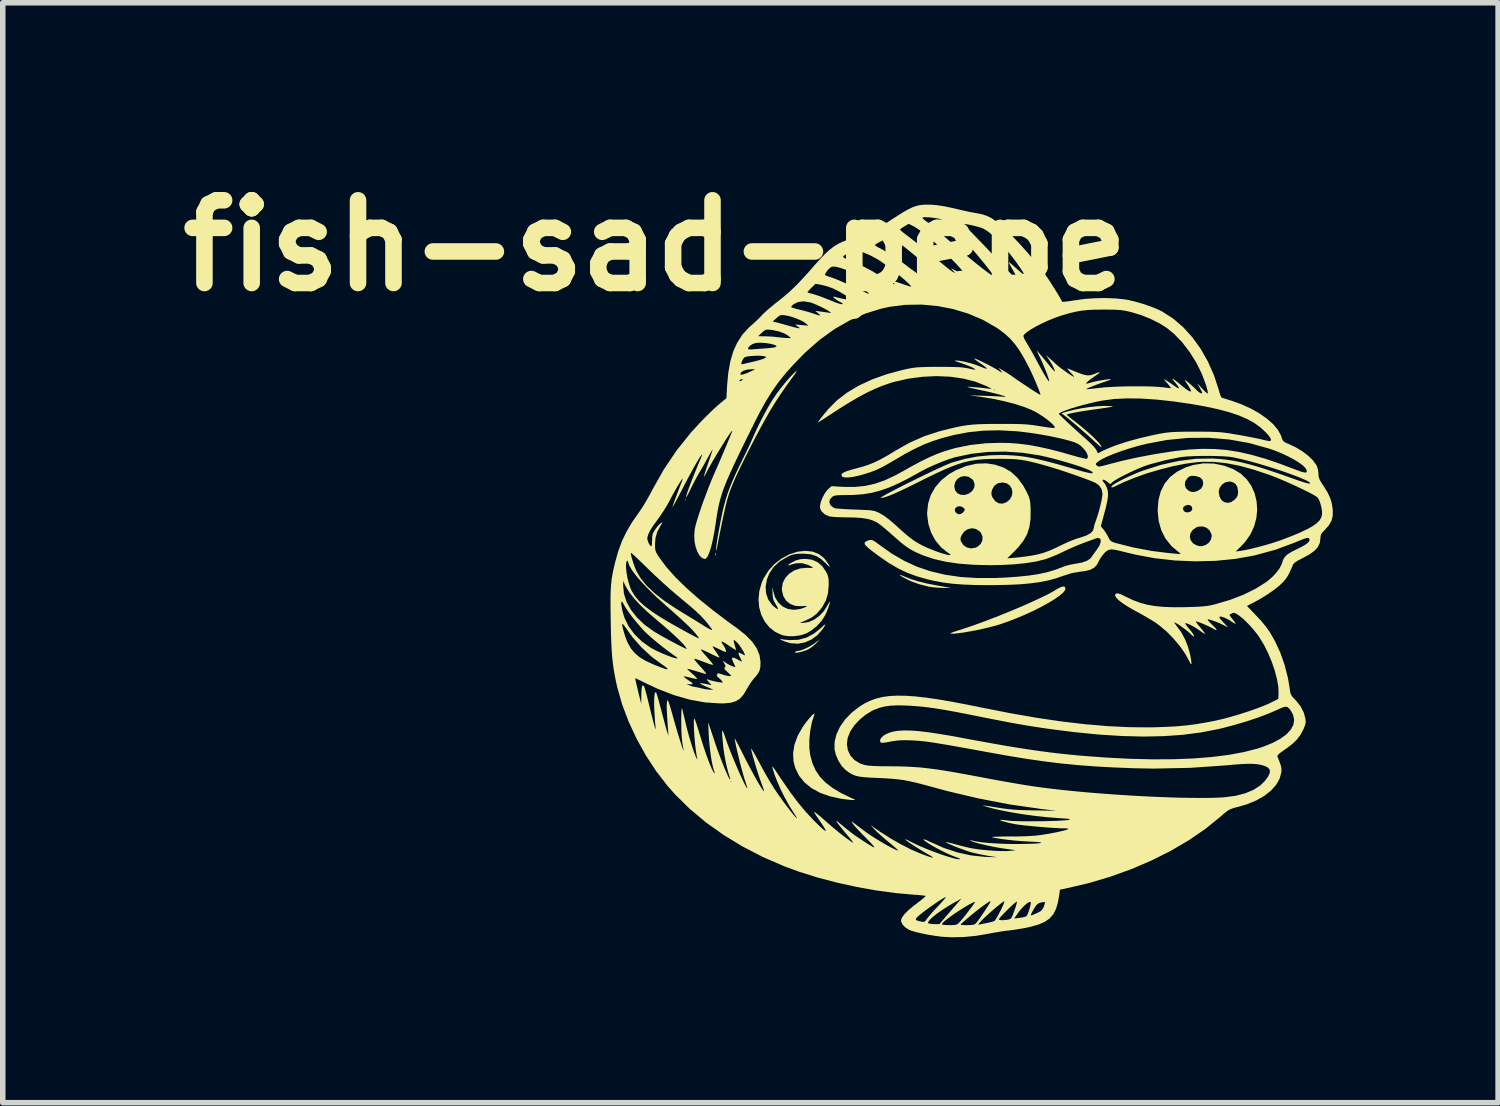
<source format=kicad_pcb>
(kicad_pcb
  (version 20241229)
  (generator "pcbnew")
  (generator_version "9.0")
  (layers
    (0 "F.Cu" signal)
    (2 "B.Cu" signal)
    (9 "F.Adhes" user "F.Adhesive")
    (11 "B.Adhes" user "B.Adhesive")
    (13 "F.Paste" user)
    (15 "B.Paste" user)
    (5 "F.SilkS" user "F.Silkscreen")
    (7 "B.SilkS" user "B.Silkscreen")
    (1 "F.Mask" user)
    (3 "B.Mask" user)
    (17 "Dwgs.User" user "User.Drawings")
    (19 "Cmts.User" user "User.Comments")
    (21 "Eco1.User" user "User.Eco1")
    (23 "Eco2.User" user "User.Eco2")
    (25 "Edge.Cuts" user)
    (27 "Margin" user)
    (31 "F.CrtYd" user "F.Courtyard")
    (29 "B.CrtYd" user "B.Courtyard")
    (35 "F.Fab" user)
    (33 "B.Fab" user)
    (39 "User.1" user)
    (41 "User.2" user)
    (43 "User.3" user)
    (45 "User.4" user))
  (footprint "fish-sad-pepe"
    (layer "F.Cu")
    (at 14.836 7.404)
    (property "Reference" "fish-sad-pepe" (at -6 -6 0) (layer "F.SilkS") (effects (font (size 1.5 1.5) (thickness 0.3))))
    (attr board_only exclude_from_pos_files exclude_from_bom)
    (fp_poly (pts (xy -5.445 -1.396) (xy -5.454 -1.388) (xy -5.463 -1.396) (xy -5.454 -1.405)) (stroke (width 0) (type solid)) (fill yes) (layer "F.SilkS"))
    (fp_poly (pts (xy -4.907 -0.426) (xy -4.904 -0.39) (xy -4.907 -0.382) (xy -4.913 -0.38) (xy -4.916 -0.404) (xy -4.913 -0.429)) (stroke (width 0) (type solid)) (fill yes) (layer "F.SilkS"))
    (fp_poly (pts (xy -3.09 1.218) (xy -3.146 1.268) (xy -3.21 1.312) (xy -3.248 1.332) (xy -3.308 1.354) (xy -3.368 1.371) (xy -3.421 1.381) (xy -3.458 1.384) (xy -3.472 1.376) (xy -3.47 1.372) (xy -3.444 1.356) (xy -3.425 1.353) (xy -3.37 1.343) (xy -3.297 1.316) (xy -3.217 1.278) (xy -3.14 1.232) (xy -3.109 1.21) (xy -3.013 1.138)) (stroke (width 0) (type solid)) (fill yes) (layer "F.SilkS"))
    (fp_poly (pts (xy -1.528 -0.017) (xy -1.484 0.001) (xy -1.367 0.048) (xy -1.239 0.088) (xy -1.092 0.125) (xy -0.918 0.159) (xy -0.87 0.168) (xy -0.641 0.208) (xy -0.79 0.208) (xy -0.879 0.204) (xy -0.971 0.196) (xy -1.048 0.184) (xy -1.054 0.182) (xy -1.215 0.141) (xy -1.354 0.092) (xy -1.44 0.052) (xy -1.508 0.016) (xy -1.552 -0.011) (xy -1.571 -0.026) (xy -1.564 -0.029)) (stroke (width 0) (type solid)) (fill yes) (layer "F.SilkS"))
    (fp_poly (pts (xy -2.92 0.877) (xy -2.935 0.907) (xy -2.968 0.957) (xy -3.059 1.062) (xy -3.168 1.143) (xy -3.288 1.196) (xy -3.415 1.22) (xy -3.542 1.212) (xy -3.58 1.203) (xy -3.642 1.183) (xy -3.699 1.161) (xy -3.72 1.15) (xy -3.743 1.134) (xy -3.737 1.133) (xy -3.733 1.134) (xy -3.699 1.141) (xy -3.641 1.148) (xy -3.572 1.154) (xy -3.564 1.155) (xy -3.407 1.149) (xy -3.26 1.109) (xy -3.122 1.035) (xy -3.009 0.944) (xy -2.956 0.896) (xy -2.927 0.873)) (stroke (width 0) (type solid)) (fill yes) (layer "F.SilkS"))
    (fp_poly (pts (xy -3.114 2.491) (xy -3.117 2.503) (xy -3.162 2.644) (xy -3.192 2.801) (xy -3.208 2.961) (xy -3.208 3.114) (xy -3.191 3.246) (xy -3.15 3.391) (xy -3.093 3.519) (xy -3.015 3.634) (xy -2.914 3.739) (xy -2.787 3.836) (xy -2.632 3.929) (xy -2.444 4.02) (xy -2.407 4.036) (xy -2.38 4.049) (xy -2.382 4.054) (xy -2.415 4.055) (xy -2.424 4.055) (xy -2.47 4.052) (xy -2.538 4.044) (xy -2.616 4.034) (xy -2.636 4.031) (xy -2.839 3.987) (xy -3.018 3.922) (xy -3.171 3.838) (xy -3.297 3.735) (xy -3.394 3.615) (xy -3.462 3.478) (xy -3.495 3.355) (xy -3.503 3.207) (xy -3.478 3.052) (xy -3.421 2.894) (xy -3.332 2.735) (xy -3.28 2.661) (xy -3.229 2.597) (xy -3.183 2.544) (xy -3.147 2.506) (xy -3.122 2.488)) (stroke (width 0) (type solid)) (fill yes) (layer "F.SilkS"))
    (fp_poly (pts (xy 1.424 0.19) (xy 1.437 0.215) (xy 1.427 0.253) (xy 1.388 0.3) (xy 1.321 0.355) (xy 1.232 0.417) (xy 1.123 0.483) (xy 0.997 0.552) (xy 0.859 0.622) (xy 0.71 0.69) (xy 0.555 0.756) (xy 0.397 0.817) (xy 0.238 0.872) (xy 0.224 0.876) (xy 0.138 0.901) (xy 0.037 0.927) (xy -0.072 0.952) (xy -0.185 0.976) (xy -0.296 0.997) (xy -0.4 1.015) (xy -0.493 1.028) (xy -0.569 1.037) (xy -0.622 1.039) (xy -0.648 1.034) (xy -0.65 1.031) (xy -0.634 1.022) (xy -0.593 1.007) (xy -0.535 0.988) (xy -0.523 0.984) (xy -0.376 0.937) (xy -0.213 0.881) (xy -0.038 0.817) (xy 0.143 0.748) (xy 0.327 0.675) (xy 0.509 0.6) (xy 0.683 0.526) (xy 0.845 0.454) (xy 0.991 0.386) (xy 1.116 0.325) (xy 1.215 0.271) (xy 1.259 0.244) (xy 1.336 0.2) (xy 1.39 0.182)) (stroke (width 0) (type solid)) (fill yes) (layer "F.SilkS"))
    (fp_poly (pts (xy 2.21 -3.091) (xy 2.264 -3.088) (xy 2.294 -3.085) (xy 2.298 -3.082) (xy 2.278 -3.077) (xy 2.23 -3.068) (xy 2.159 -3.057) (xy 2.072 -3.044) (xy 2.027 -3.038) (xy 1.898 -3.02) (xy 1.778 -3.002) (xy 1.671 -2.984) (xy 1.58 -2.967) (xy 1.512 -2.953) (xy 1.47 -2.941) (xy 1.459 -2.934) (xy 1.472 -2.921) (xy 1.508 -2.89) (xy 1.56 -2.848) (xy 1.618 -2.803) (xy 1.716 -2.725) (xy 1.809 -2.647) (xy 1.895 -2.571) (xy 1.969 -2.5) (xy 2.028 -2.439) (xy 2.069 -2.39) (xy 2.089 -2.357) (xy 2.088 -2.345) (xy 2.073 -2.353) (xy 2.039 -2.381) (xy 1.993 -2.422) (xy 1.975 -2.438) (xy 1.901 -2.507) (xy 1.811 -2.587) (xy 1.715 -2.671) (xy 1.62 -2.753) (xy 1.533 -2.826) (xy 1.463 -2.884) (xy 1.451 -2.893) (xy 1.365 -2.96) (xy 1.469 -2.991) (xy 1.585 -3.021) (xy 1.723 -3.049) (xy 1.869 -3.071) (xy 2.01 -3.086) (xy 2.132 -3.092) (xy 2.139 -3.092)) (stroke (width 0) (type solid)) (fill yes) (layer "F.SilkS"))
    (fp_poly (pts (xy -3.44 -3.717) (xy -3.462 -3.683) (xy -3.504 -3.623) (xy -3.54 -3.575) (xy -3.641 -3.434) (xy -3.734 -3.299) (xy -3.823 -3.163) (xy -3.909 -3.023) (xy -3.997 -2.871) (xy -4.089 -2.704) (xy -4.19 -2.514) (xy -4.291 -2.319) (xy -4.388 -2.125) (xy -4.47 -1.958) (xy -4.538 -1.814) (xy -4.593 -1.688) (xy -4.638 -1.576) (xy -4.673 -1.474) (xy -4.697 -1.396) (xy -4.713 -1.334) (xy -4.734 -1.244) (xy -4.759 -1.133) (xy -4.786 -1.008) (xy -4.813 -0.875) (xy -4.84 -0.743) (xy -4.865 -0.616) (xy -4.886 -0.502) (xy -4.888 -0.492) (xy -4.894 -0.466) (xy -4.897 -0.473) (xy -4.898 -0.503) (xy -4.896 -0.54) (xy -4.887 -0.605) (xy -4.874 -0.692) (xy -4.856 -0.793) (xy -4.836 -0.903) (xy -4.815 -1.014) (xy -4.793 -1.121) (xy -4.772 -1.216) (xy -4.758 -1.274) (xy -4.721 -1.409) (xy -4.677 -1.543) (xy -4.622 -1.685) (xy -4.554 -1.84) (xy -4.471 -2.016) (xy -4.451 -2.055) (xy -4.399 -2.162) (xy -4.348 -2.266) (xy -4.303 -2.36) (xy -4.267 -2.438) (xy -4.244 -2.491) (xy -4.242 -2.494) (xy -4.193 -2.606) (xy -4.133 -2.733) (xy -4.066 -2.866) (xy -3.997 -2.995) (xy -3.932 -3.111) (xy -3.875 -3.205) (xy -3.871 -3.211) (xy -3.797 -3.32) (xy -3.712 -3.432) (xy -3.625 -3.539) (xy -3.542 -3.632) (xy -3.486 -3.689) (xy -3.453 -3.718) (xy -3.437 -3.728)) (stroke (width 0) (type solid)) (fill yes) (layer "F.SilkS"))
    (fp_poly (pts (xy -3.152 -0.451) (xy -3.038 -0.407) (xy -2.942 -0.333) (xy -2.866 -0.231) (xy -2.853 -0.207) (xy -2.84 -0.18) (xy -2.841 -0.172) (xy -2.859 -0.187) (xy -2.896 -0.225) (xy -2.909 -0.238) (xy -2.998 -0.318) (xy -3.086 -0.372) (xy -3.182 -0.401) (xy -3.299 -0.412) (xy -3.329 -0.413) (xy -3.411 -0.411) (xy -3.471 -0.405) (xy -3.524 -0.391) (xy -3.581 -0.368) (xy -3.602 -0.358) (xy -3.742 -0.275) (xy -3.853 -0.174) (xy -3.934 -0.055) (xy -3.977 0.052) (xy -4.001 0.184) (xy -3.993 0.307) (xy -3.954 0.418) (xy -3.885 0.514) (xy -3.858 0.54) (xy -3.808 0.58) (xy -3.782 0.594) (xy -3.778 0.581) (xy -3.796 0.541) (xy -3.816 0.507) (xy -3.848 0.451) (xy -3.866 0.399) (xy -3.874 0.338) (xy -3.876 0.292) (xy -3.878 0.229) (xy -3.878 0.199) (xy -3.875 0.2) (xy -3.87 0.23) (xy -3.866 0.257) (xy -3.831 0.376) (xy -3.772 0.473) (xy -3.693 0.545) (xy -3.597 0.59) (xy -3.488 0.606) (xy -3.371 0.59) (xy -3.307 0.568) (xy -3.269 0.55) (xy -3.25 0.538) (xy -3.25 0.537) (xy -3.266 0.535) (xy -3.307 0.536) (xy -3.352 0.54) (xy -3.461 0.534) (xy -3.555 0.499) (xy -3.63 0.439) (xy -3.681 0.355) (xy -3.705 0.252) (xy -3.706 0.218) (xy -3.69 0.117) (xy -3.644 0.026) (xy -3.573 -0.05) (xy -3.481 -0.109) (xy -3.375 -0.145) (xy -3.258 -0.156) (xy -3.24 -0.155) (xy -3.188 -0.154) (xy -3.153 -0.156) (xy -3.144 -0.16) (xy -3.159 -0.173) (xy -3.197 -0.193) (xy -3.231 -0.209) (xy -3.342 -0.241) (xy -3.452 -0.238) (xy -3.521 -0.22) (xy -3.573 -0.203) (xy -3.594 -0.202) (xy -3.584 -0.216) (xy -3.545 -0.243) (xy -3.457 -0.289) (xy -3.373 -0.312) (xy -3.284 -0.319) (xy -3.162 -0.304) (xy -3.057 -0.258) (xy -2.97 -0.181) (xy -2.903 -0.081) (xy -2.878 -0.03) (xy -2.864 0.018) (xy -2.858 0.074) (xy -2.857 0.153) (xy -2.857 0.158) (xy -2.87 0.307) (xy -2.909 0.438) (xy -2.976 0.558) (xy -3.004 0.595) (xy -3.076 0.676) (xy -3.154 0.737) (xy -3.249 0.787) (xy -3.283 0.802) (xy -3.381 0.842) (xy -3.311 0.842) (xy -3.217 0.826) (xy -3.119 0.782) (xy -3.026 0.715) (xy -2.945 0.629) (xy -2.888 0.54) (xy -2.863 0.494) (xy -2.844 0.463) (xy -2.838 0.457) (xy -2.836 0.471) (xy -2.845 0.51) (xy -2.864 0.566) (xy -2.888 0.629) (xy -2.916 0.693) (xy -2.917 0.695) (xy -2.983 0.801) (xy -3.073 0.901) (xy -3.179 0.985) (xy -3.263 1.032) (xy -3.363 1.066) (xy -3.477 1.083) (xy -3.592 1.084) (xy -3.693 1.067) (xy -3.701 1.065) (xy -3.827 1.006) (xy -3.933 0.923) (xy -4.018 0.817) (xy -4.08 0.695) (xy -4.118 0.559) (xy -4.13 0.414) (xy -4.115 0.265) (xy -4.072 0.114) (xy -4.037 0.035) (xy -3.951 -0.103) (xy -3.842 -0.223) (xy -3.714 -0.323) (xy -3.574 -0.399) (xy -3.426 -0.448) (xy -3.285 -0.464)) (stroke (width 0) (type solid)) (fill yes) (layer "F.SilkS"))
    (fp_poly (pts (xy -1.002 -6.742) (xy -0.888 -6.732) (xy -0.757 -6.712) (xy -0.604 -6.68) (xy -0.474 -6.649) (xy -0.382 -6.628) (xy -0.284 -6.607) (xy -0.198 -6.592) (xy -0.176 -6.588) (xy -0.076 -6.568) (xy 0.015 -6.538) (xy 0.102 -6.494) (xy 0.192 -6.431) (xy 0.293 -6.347) (xy 0.366 -6.278) (xy 0.486 -6.159) (xy 0.617 -6.02) (xy 0.751 -5.87) (xy 0.881 -5.718) (xy 0.997 -5.573) (xy 1.044 -5.512) (xy 1.082 -5.459) (xy 1.129 -5.389) (xy 1.181 -5.309) (xy 1.234 -5.225) (xy 1.284 -5.145) (xy 1.326 -5.074) (xy 1.358 -5.018) (xy 1.374 -4.985) (xy 1.375 -4.983) (xy 1.393 -4.98) (xy 1.439 -4.984) (xy 1.507 -4.992) (xy 1.589 -5.005) (xy 1.608 -5.008) (xy 1.782 -5.032) (xy 1.969 -5.045) (xy 2.16 -5.049) (xy 2.342 -5.042) (xy 2.506 -5.025) (xy 2.565 -5.016) (xy 2.706 -4.983) (xy 2.854 -4.94) (xy 2.999 -4.889) (xy 3.127 -4.836) (xy 3.196 -4.801) (xy 3.39 -4.676) (xy 3.572 -4.52) (xy 3.739 -4.336) (xy 3.889 -4.128) (xy 4.02 -3.897) (xy 4.131 -3.647) (xy 4.218 -3.381) (xy 4.234 -3.323) (xy 4.25 -3.276) (xy 4.267 -3.246) (xy 4.274 -3.241) (xy 4.299 -3.233) (xy 4.349 -3.218) (xy 4.415 -3.197) (xy 4.444 -3.188) (xy 4.628 -3.122) (xy 4.8 -3.044) (xy 4.956 -2.956) (xy 5.091 -2.861) (xy 5.204 -2.761) (xy 5.289 -2.659) (xy 5.344 -2.559) (xy 5.351 -2.538) (xy 5.368 -2.488) (xy 5.386 -2.456) (xy 5.415 -2.433) (xy 5.462 -2.411) (xy 5.497 -2.397) (xy 5.62 -2.338) (xy 5.737 -2.267) (xy 5.841 -2.187) (xy 5.926 -2.104) (xy 5.985 -2.023) (xy 6 -1.992) (xy 6.016 -1.936) (xy 6.025 -1.87) (xy 6.025 -1.854) (xy 6.028 -1.812) (xy 6.04 -1.77) (xy 6.065 -1.722) (xy 6.106 -1.657) (xy 6.121 -1.635) (xy 6.19 -1.524) (xy 6.237 -1.425) (xy 6.267 -1.326) (xy 6.283 -1.216) (xy 6.284 -1.208) (xy 6.284 -1.098) (xy 6.26 -1.006) (xy 6.21 -0.922) (xy 6.148 -0.852) (xy 6.101 -0.803) (xy 6.074 -0.766) (xy 6.063 -0.731) (xy 6.06 -0.689) (xy 6.049 -0.607) (xy 6.014 -0.533) (xy 5.952 -0.465) (xy 5.86 -0.398) (xy 5.737 -0.332) (xy 5.73 -0.328) (xy 5.648 -0.286) (xy 5.595 -0.251) (xy 5.567 -0.22) (xy 5.564 -0.212) (xy 5.52 -0.111) (xy 5.483 -0.035) (xy 5.445 0.027) (xy 5.402 0.081) (xy 5.385 0.101) (xy 5.314 0.169) (xy 5.217 0.245) (xy 5.104 0.324) (xy 4.98 0.401) (xy 4.863 0.466) (xy 4.728 0.535) (xy 4.889 0.702) (xy 4.991 0.812) (xy 5.073 0.912) (xy 5.144 1.013) (xy 5.211 1.128) (xy 5.238 1.177) (xy 5.333 1.382) (xy 5.412 1.607) (xy 5.471 1.839) (xy 5.499 2.002) (xy 5.509 2.076) (xy 5.52 2.125) (xy 5.537 2.162) (xy 5.565 2.197) (xy 5.608 2.24) (xy 5.697 2.349) (xy 5.76 2.471) (xy 5.79 2.587) (xy 5.794 2.638) (xy 5.786 2.685) (xy 5.765 2.743) (xy 5.748 2.781) (xy 5.697 2.875) (xy 5.635 2.957) (xy 5.556 3.034) (xy 5.453 3.114) (xy 5.417 3.138) (xy 5.345 3.189) (xy 5.301 3.226) (xy 5.281 3.252) (xy 5.28 3.266) (xy 5.317 3.356) (xy 5.34 3.422) (xy 5.352 3.474) (xy 5.354 3.52) (xy 5.351 3.551) (xy 5.321 3.669) (xy 5.257 3.78) (xy 5.164 3.884) (xy 5.043 3.979) (xy 4.898 4.062) (xy 4.731 4.131) (xy 4.585 4.174) (xy 4.507 4.194) (xy 4.451 4.212) (xy 4.405 4.232) (xy 4.362 4.261) (xy 4.31 4.302) (xy 4.244 4.36) (xy 3.974 4.579) (xy 3.674 4.784) (xy 3.348 4.976) (xy 2.999 5.151) (xy 2.632 5.308) (xy 2.249 5.446) (xy 1.854 5.563) (xy 1.45 5.657) (xy 1.445 5.658) (xy 1.336 5.681) (xy 1.326 5.761) (xy 1.301 5.908) (xy 1.266 6.028) (xy 1.217 6.125) (xy 1.151 6.202) (xy 1.063 6.263) (xy 0.951 6.312) (xy 0.809 6.353) (xy 0.708 6.375) (xy 0.614 6.391) (xy 0.516 6.407) (xy 0.429 6.418) (xy 0.404 6.421) (xy 0.336 6.429) (xy 0.245 6.443) (xy 0.143 6.46) (xy 0.039 6.48) (xy 0.025 6.483) (xy -0.194 6.519) (xy -0.416 6.54) (xy -0.629 6.544) (xy -0.808 6.534) (xy -0.929 6.518) (xy -1.052 6.498) (xy -1.17 6.474) (xy -1.274 6.45) (xy -1.357 6.425) (xy -1.398 6.409) (xy -1.466 6.367) (xy -1.517 6.314) (xy -1.534 6.279) (xy -1.057 6.279) (xy -1.051 6.291) (xy -1.021 6.299) (xy -0.97 6.305) (xy -0.939 6.306) (xy -0.851 6.306) (xy -0.847 6.302) (xy -0.804 6.302) (xy -0.798 6.313) (xy -0.767 6.32) (xy -0.708 6.323) (xy -0.672 6.324) (xy -0.602 6.323) (xy -0.557 6.319) (xy -0.539 6.312) (xy -0.464 6.312) (xy -0.453 6.319) (xy -0.416 6.323) (xy -0.35 6.324) (xy -0.349 6.324) (xy -0.279 6.322) (xy -0.243 6.318) (xy -0.143 6.318) (xy -0.141 6.317) (xy -0.11 6.31) (xy -0.058 6.299) (xy 0 6.288) (xy 0.064 6.274) (xy 0.118 6.259) (xy 0.147 6.249) (xy 0.165 6.229) (xy 0.171 6.219) (xy 0.228 6.219) (xy 0.244 6.231) (xy 0.289 6.235) (xy 0.357 6.23) (xy 0.39 6.225) (xy 0.421 6.218) (xy 0.444 6.206) (xy 0.445 6.204) (xy 0.506 6.204) (xy 0.609 6.191) (xy 0.668 6.182) (xy 0.714 6.169) (xy 0.732 6.159) (xy 0.74 6.145) (xy 0.81 6.145) (xy 0.816 6.148) (xy 0.836 6.141) (xy 0.877 6.124) (xy 0.919 6.106) (xy 0.977 6.077) (xy 1.012 6.047) (xy 1.036 6.006) (xy 1.043 5.99) (xy 1.059 5.944) (xy 1.066 5.913) (xy 1.064 5.907) (xy 1.043 5.905) (xy 1.002 5.911) (xy 0.99 5.914) (xy 0.949 5.928) (xy 0.915 5.955) (xy 0.881 6.002) (xy 0.867 6.025) (xy 0.83 6.089) (xy 0.812 6.127) (xy 0.81 6.145) (xy 0.74 6.145) (xy 0.748 6.131) (xy 0.768 6.08) (xy 0.787 6.02) (xy 0.802 5.962) (xy 0.808 5.918) (xy 0.808 5.916) (xy 0.798 5.901) (xy 0.77 5.909) (xy 0.729 5.937) (xy 0.682 5.979) (xy 0.632 6.032) (xy 0.585 6.091) (xy 0.582 6.095) (xy 0.506 6.204) (xy 0.445 6.204) (xy 0.462 6.182) (xy 0.481 6.139) (xy 0.507 6.07) (xy 0.509 6.064) (xy 0.533 5.996) (xy 0.549 5.94) (xy 0.557 5.904) (xy 0.557 5.897) (xy 0.544 5.902) (xy 0.512 5.927) (xy 0.467 5.967) (xy 0.414 6.017) (xy 0.359 6.071) (xy 0.308 6.123) (xy 0.265 6.169) (xy 0.237 6.203) (xy 0.228 6.219) (xy 0.171 6.219) (xy 0.192 6.186) (xy 0.224 6.129) (xy 0.258 6.064) (xy 0.289 6) (xy 0.313 5.945) (xy 0.327 5.905) (xy 0.328 5.89) (xy 0.312 5.897) (xy 0.275 5.924) (xy 0.223 5.965) (xy 0.161 6.016) (xy 0.095 6.073) (xy 0.03 6.131) (xy -0.03 6.186) (xy -0.078 6.233) (xy -0.079 6.235) (xy -0.118 6.277) (xy -0.14 6.307) (xy -0.143 6.318) (xy -0.243 6.318) (xy -0.233 6.317) (xy -0.204 6.305) (xy -0.181 6.284) (xy -0.156 6.253) (xy -0.121 6.204) (xy -0.079 6.143) (xy -0.034 6.077) (xy 0.008 6.012) (xy 0.044 5.955) (xy 0.07 5.912) (xy 0.08 5.89) (xy 0.08 5.889) (xy 0.062 5.894) (xy 0.022 5.919) (xy -0.036 5.959) (xy -0.108 6.012) (xy -0.188 6.074) (xy -0.272 6.142) (xy -0.355 6.212) (xy -0.434 6.281) (xy -0.456 6.3) (xy -0.464 6.312) (xy -0.539 6.312) (xy -0.526 6.308) (xy -0.5 6.287) (xy -0.481 6.267) (xy -0.446 6.227) (xy -0.402 6.174) (xy -0.354 6.113) (xy -0.306 6.05) (xy -0.262 5.992) (xy -0.227 5.944) (xy -0.206 5.912) (xy -0.203 5.902) (xy -0.236 5.912) (xy -0.29 5.939) (xy -0.361 5.979) (xy -0.441 6.028) (xy -0.526 6.083) (xy -0.608 6.139) (xy -0.683 6.194) (xy -0.745 6.241) (xy -0.787 6.279) (xy -0.804 6.302) (xy -0.847 6.302) (xy -0.65 6.074) (xy -0.449 5.842) (xy -0.567 5.907) (xy -0.674 5.969) (xy -0.775 6.033) (xy -0.866 6.095) (xy -0.943 6.154) (xy -1.003 6.206) (xy -1.042 6.249) (xy -1.057 6.279) (xy -1.534 6.279) (xy -1.543 6.26) (xy -1.546 6.24) (xy -1.538 6.216) (xy -1.278 6.216) (xy -1.269 6.233) (xy -1.231 6.248) (xy -1.209 6.254) (xy -1.155 6.265) (xy -1.123 6.263) (xy -1.099 6.244) (xy -1.072 6.205) (xy -1.042 6.167) (xy -0.995 6.111) (xy -0.935 6.045) (xy -0.871 5.977) (xy -0.814 5.916) (xy -0.77 5.866) (xy -0.741 5.831) (xy -0.732 5.815) (xy -0.732 5.814) (xy -0.758 5.824) (xy -0.806 5.852) (xy -0.87 5.893) (xy -0.944 5.943) (xy -1.022 5.998) (xy -1.098 6.054) (xy -1.167 6.106) (xy -1.222 6.151) (xy -1.258 6.185) (xy -1.263 6.19) (xy -1.278 6.216) (xy -1.538 6.216) (xy -1.53 6.189) (xy -1.484 6.125) (xy -1.408 6.05) (xy -1.304 5.964) (xy -1.269 5.938) (xy -1.203 5.887) (xy -1.149 5.844) (xy -1.112 5.812) (xy -1.099 5.796) (xy -1.099 5.795) (xy -1.118 5.79) (xy -1.165 5.784) (xy -1.232 5.777) (xy -1.302 5.773) (xy -1.639 5.743) (xy -1.992 5.695) (xy -2.351 5.631) (xy -2.709 5.552) (xy -3.057 5.461) (xy -3.386 5.358) (xy -3.662 5.257) (xy -4.049 5.089) (xy -4.417 4.899) (xy -4.762 4.689) (xy -5.083 4.461) (xy -5.377 4.215) (xy -5.642 3.954) (xy -5.783 3.795) (xy -5.844 3.715) (xy -4.637 3.715) (xy -4.629 3.724) (xy -4.62 3.715) (xy -4.629 3.706) (xy -4.637 3.715) (xy -5.844 3.715) (xy -5.988 3.529) (xy -6.176 3.241) (xy -6.343 2.94) (xy -6.487 2.629) (xy -6.605 2.316) (xy -6.693 2.005) (xy -6.718 1.893) (xy -6.726 1.848) (xy -6.366 1.848) (xy -6.364 1.866) (xy -6.354 1.912) (xy -6.338 1.978) (xy -6.319 2.06) (xy -6.314 2.082) (xy -6.257 2.31) (xy -6.255 2.148) (xy -6.252 2.056) (xy -6.243 1.997) (xy -6.229 1.974) (xy -6.211 1.986) (xy -6.202 2) (xy -6.193 2.027) (xy -6.177 2.082) (xy -6.156 2.16) (xy -6.133 2.254) (xy -6.107 2.359) (xy -6.106 2.365) (xy -6.075 2.492) (xy -6.048 2.598) (xy -6.026 2.68) (xy -6.01 2.737) (xy -5.999 2.766) (xy -5.994 2.765) (xy -5.997 2.733) (xy -5.998 2.723) (xy -6.002 2.681) (xy -6.008 2.614) (xy -6.013 2.53) (xy -6.018 2.44) (xy -6.023 2.324) (xy -6.022 2.228) (xy -6.017 2.156) (xy -6.008 2.112) (xy -5.995 2.098) (xy -5.989 2.102) (xy -5.979 2.124) (xy -5.963 2.173) (xy -5.942 2.246) (xy -5.918 2.335) (xy -5.894 2.425) (xy -5.867 2.53) (xy -5.84 2.629) (xy -5.817 2.715) (xy -5.799 2.779) (xy -5.789 2.811) (xy -5.762 2.89) (xy -5.77 2.784) (xy -5.781 2.639) (xy -5.788 2.524) (xy -5.793 2.435) (xy -5.795 2.368) (xy -5.794 2.318) (xy -5.79 2.282) (xy -5.788 2.272) (xy -5.784 2.252) (xy -5.778 2.245) (xy -5.769 2.255) (xy -5.758 2.283) (xy -5.741 2.334) (xy -5.718 2.411) (xy -5.688 2.517) (xy -5.672 2.573) (xy -5.641 2.685) (xy -5.609 2.793) (xy -5.579 2.893) (xy -5.551 2.983) (xy -5.527 3.059) (xy -5.507 3.116) (xy -5.494 3.151) (xy -5.488 3.161) (xy -5.49 3.141) (xy -5.491 3.135) (xy -5.51 3.027) (xy -5.522 2.916) (xy -5.529 2.791) (xy -5.531 2.643) (xy -5.531 2.609) (xy -5.53 2.507) (xy -5.527 2.436) (xy -5.523 2.397) (xy -5.517 2.392) (xy -5.515 2.398) (xy -5.506 2.434) (xy -5.491 2.497) (xy -5.471 2.577) (xy -5.45 2.667) (xy -5.446 2.685) (xy -5.419 2.794) (xy -5.387 2.908) (xy -5.354 3.019) (xy -5.322 3.121) (xy -5.292 3.207) (xy -5.267 3.27) (xy -5.253 3.296) (xy -5.238 3.318) (xy -5.238 3.309) (xy -5.242 3.294) (xy -5.254 3.238) (xy -5.265 3.164) (xy -5.276 3.078) (xy -5.285 2.984) (xy -5.293 2.889) (xy -5.299 2.797) (xy -5.302 2.715) (xy -5.303 2.648) (xy -5.301 2.601) (xy -5.296 2.579) (xy -5.29 2.582) (xy -5.279 2.608) (xy -5.26 2.661) (xy -5.237 2.733) (xy -5.21 2.819) (xy -5.202 2.847) (xy -5.135 3.063) (xy -5.073 3.246) (xy -5.017 3.395) (xy -4.979 3.484) (xy -4.95 3.542) (xy -4.931 3.572) (xy -4.924 3.572) (xy -4.93 3.542) (xy -4.944 3.498) (xy -4.963 3.428) (xy -4.982 3.331) (xy -5 3.215) (xy -5.015 3.089) (xy -5.027 2.96) (xy -5.034 2.847) (xy -5.042 2.644) (xy -4.922 3.006) (xy -4.883 3.12) (xy -4.841 3.235) (xy -4.799 3.345) (xy -4.759 3.448) (xy -4.721 3.537) (xy -4.689 3.609) (xy -4.664 3.659) (xy -4.647 3.682) (xy -4.643 3.683) (xy -4.645 3.664) (xy -4.656 3.624) (xy -4.665 3.599) (xy -4.685 3.531) (xy -4.708 3.439) (xy -4.73 3.336) (xy -4.749 3.232) (xy -4.763 3.14) (xy -4.767 3.109) (xy -4.778 2.994) (xy -4.786 2.91) (xy -4.79 2.852) (xy -4.791 2.817) (xy -4.789 2.801) (xy -4.784 2.799) (xy -4.781 2.802) (xy -4.767 2.827) (xy -4.748 2.875) (xy -4.734 2.916) (xy -4.707 2.995) (xy -4.672 3.09) (xy -4.631 3.196) (xy -4.586 3.307) (xy -4.539 3.419) (xy -4.492 3.528) (xy -4.447 3.628) (xy -4.407 3.714) (xy -4.373 3.783) (xy -4.347 3.829) (xy -4.332 3.847) (xy -4.332 3.847) (xy -4.334 3.831) (xy -4.346 3.79) (xy -4.365 3.729) (xy -4.383 3.676) (xy -4.401 3.618) (xy -4.422 3.541) (xy -4.447 3.45) (xy -4.472 3.352) (xy -4.496 3.252) (xy -4.519 3.157) (xy -4.538 3.072) (xy -4.552 3.003) (xy -4.56 2.957) (xy -4.561 2.939) (xy -4.552 2.952) (xy -4.53 2.993) (xy -4.496 3.056) (xy -4.455 3.137) (xy -4.407 3.232) (xy -4.387 3.272) (xy -4.326 3.391) (xy -4.265 3.506) (xy -4.207 3.614) (xy -4.154 3.709) (xy -4.107 3.789) (xy -4.069 3.85) (xy -4.043 3.886) (xy -4.03 3.896) (xy -4.033 3.877) (xy -4.046 3.835) (xy -4.068 3.776) (xy -4.075 3.756) (xy -4.098 3.693) (xy -4.125 3.613) (xy -4.154 3.523) (xy -4.183 3.429) (xy -4.21 3.337) (xy -4.234 3.254) (xy -4.252 3.186) (xy -4.262 3.14) (xy -4.264 3.122) (xy -4.255 3.132) (xy -4.232 3.168) (xy -4.198 3.226) (xy -4.157 3.3) (xy -4.121 3.367) (xy -4.024 3.546) (xy -3.935 3.701) (xy -3.849 3.84) (xy -3.761 3.971) (xy -3.666 4.103) (xy -3.633 4.146) (xy -3.565 4.235) (xy -3.51 4.305) (xy -3.468 4.354) (xy -3.442 4.381) (xy -3.433 4.385) (xy -3.443 4.364) (xy -3.471 4.317) (xy -3.492 4.286) (xy -3.574 4.155) (xy -3.654 4.01) (xy -3.729 3.86) (xy -3.793 3.714) (xy -3.844 3.58) (xy -3.872 3.487) (xy -3.877 3.464) (xy -3.879 3.45) (xy -3.876 3.449) (xy -3.864 3.462) (xy -3.841 3.492) (xy -3.806 3.544) (xy -3.756 3.619) (xy -3.697 3.706) (xy -3.552 3.916) (xy -3.415 4.099) (xy -3.279 4.262) (xy -3.139 4.413) (xy -3.109 4.444) (xy -3.025 4.526) (xy -2.964 4.582) (xy -2.926 4.612) (xy -2.91 4.616) (xy -2.916 4.594) (xy -2.943 4.547) (xy -2.989 4.477) (xy -3.035 4.409) (xy -3.075 4.35) (xy -3.103 4.307) (xy -3.115 4.289) (xy -3.12 4.274) (xy -3.101 4.282) (xy -3.06 4.312) (xy -2.998 4.363) (xy -2.925 4.427) (xy -2.786 4.548) (xy -2.655 4.656) (xy -2.537 4.747) (xy -2.47 4.795) (xy -2.436 4.818) (xy -2.416 4.829) (xy -2.412 4.826) (xy -2.426 4.806) (xy -2.458 4.765) (xy -2.511 4.702) (xy -2.537 4.671) (xy -2.611 4.581) (xy -2.667 4.511) (xy -2.703 4.462) (xy -2.719 4.435) (xy -2.714 4.432) (xy -2.695 4.446) (xy -2.594 4.53) (xy -2.513 4.596) (xy -2.445 4.649) (xy -2.383 4.695) (xy -2.322 4.737) (xy -2.284 4.762) (xy -2.179 4.831) (xy -2.102 4.879) (xy -2.052 4.907) (xy -2.03 4.915) (xy -2.033 4.902) (xy -2.06 4.868) (xy -2.112 4.813) (xy -2.187 4.737) (xy -2.19 4.734) (xy -2.262 4.66) (xy -2.326 4.592) (xy -2.378 4.535) (xy -2.413 4.494) (xy -2.425 4.477) (xy -2.439 4.449) (xy -2.433 4.447) (xy -2.423 4.455) (xy -2.321 4.533) (xy -2.238 4.595) (xy -2.168 4.647) (xy -2.102 4.692) (xy -2.032 4.737) (xy -2.002 4.756) (xy -1.91 4.812) (xy -1.82 4.865) (xy -1.738 4.91) (xy -1.669 4.944) (xy -1.619 4.966) (xy -1.598 4.971) (xy -1.604 4.961) (xy -1.632 4.933) (xy -1.68 4.892) (xy -1.741 4.841) (xy -1.751 4.833) (xy -1.828 4.769) (xy -1.904 4.703) (xy -1.97 4.643) (xy -2.011 4.603) (xy -2.099 4.512) (xy -1.931 4.626) (xy -1.744 4.746) (xy -1.552 4.856) (xy -1.366 4.951) (xy -1.209 5.019) (xy -1.102 5.06) (xy -1.026 5.086) (xy -0.98 5.099) (xy -0.965 5.098) (xy -0.981 5.083) (xy -1.028 5.054) (xy -1.05 5.042) (xy -1.117 5.004) (xy -1.191 4.959) (xy -1.266 4.912) (xy -1.338 4.866) (xy -1.399 4.825) (xy -1.444 4.792) (xy -1.469 4.772) (xy -1.471 4.767) (xy -1.453 4.771) (xy -1.414 4.789) (xy -1.369 4.812) (xy -1.286 4.853) (xy -1.19 4.897) (xy -1.084 4.941) (xy -0.974 4.984) (xy -0.864 5.025) (xy -0.76 5.061) (xy -0.664 5.091) (xy -0.584 5.114) (xy -0.522 5.127) (xy -0.484 5.13) (xy -0.474 5.123) (xy -0.489 5.114) (xy -0.529 5.097) (xy -0.584 5.077) (xy -0.656 5.048) (xy -0.737 5.011) (xy -0.823 4.968) (xy -0.908 4.923) (xy -0.987 4.878) (xy -1.055 4.837) (xy -1.105 4.803) (xy -1.134 4.778) (xy -1.137 4.767) (xy -1.118 4.77) (xy -1.077 4.785) (xy -1.025 4.81) (xy -0.776 4.921) (xy -0.524 5.005) (xy -0.273 5.06) (xy -0.031 5.085) (xy -0.018 5.086) (xy 0.202 5.093) (xy 0.035 5.067) (xy -0.058 5.05) (xy -0.156 5.03) (xy -0.243 5.01) (xy -0.262 5.005) (xy -0.322 4.987) (xy -0.394 4.962) (xy -0.473 4.933) (xy -0.552 4.903) (xy -0.623 4.874) (xy -0.681 4.848) (xy -0.72 4.829) (xy -0.732 4.819) (xy -0.732 4.818) (xy -0.713 4.82) (xy -0.668 4.829) (xy -0.605 4.845) (xy -0.569 4.856) (xy -0.479 4.88) (xy -0.384 4.904) (xy -0.301 4.923) (xy -0.287 4.926) (xy -0.194 4.942) (xy -0.081 4.957) (xy 0.041 4.968) (xy 0.163 4.977) (xy 0.276 4.981) (xy 0.37 4.981) (xy 0.422 4.978) (xy 0.536 4.965) (xy 0.307 4.933) (xy 0.197 4.915) (xy 0.084 4.893) (xy -0.025 4.87) (xy -0.124 4.846) (xy -0.204 4.823) (xy -0.26 4.803) (xy -0.278 4.794) (xy -0.297 4.781) (xy -0.285 4.782) (xy -0.275 4.785) (xy -0.198 4.803) (xy -0.092 4.82) (xy 0.037 4.833) (xy 0.182 4.843) (xy 0.338 4.85) (xy 0.499 4.853) (xy 0.553 4.853) (xy 0.694 4.851) (xy 0.81 4.848) (xy 0.899 4.844) (xy 0.961 4.839) (xy 0.994 4.833) (xy 0.997 4.827) (xy 0.969 4.821) (xy 0.908 4.815) (xy 0.814 4.81) (xy 0.781 4.808) (xy 0.652 4.801) (xy 0.518 4.79) (xy 0.387 4.776) (xy 0.268 4.76) (xy 0.168 4.744) (xy 0.101 4.729) (xy 0.104 4.726) (xy 0.137 4.722) (xy 0.197 4.72) (xy 0.28 4.717) (xy 0.38 4.716) (xy 0.435 4.716) (xy 0.605 4.715) (xy 0.75 4.71) (xy 0.879 4.702) (xy 1.001 4.688) (xy 1.126 4.668) (xy 1.263 4.642) (xy 1.3 4.634) (xy 1.397 4.612) (xy 1.46 4.595) (xy 1.489 4.583) (xy 1.485 4.574) (xy 1.448 4.569) (xy 1.379 4.568) (xy 1.302 4.565) (xy 1.199 4.559) (xy 1.079 4.551) (xy 0.95 4.54) (xy 0.822 4.528) (xy 0.703 4.516) (xy 0.601 4.504) (xy 0.545 4.496) (xy 0.475 4.483) (xy 0.403 4.467) (xy 0.338 4.45) (xy 0.286 4.435) (xy 0.255 4.422) (xy 0.25 4.416) (xy 0.27 4.415) (xy 0.316 4.418) (xy 0.379 4.425) (xy 0.402 4.428) (xy 0.461 4.434) (xy 0.545 4.437) (xy 0.649 4.44) (xy 0.767 4.441) (xy 0.892 4.44) (xy 1.02 4.439) (xy 1.144 4.436) (xy 1.259 4.433) (xy 1.358 4.428) (xy 1.437 4.423) (xy 1.489 4.417) (xy 1.502 4.414) (xy 1.518 4.407) (xy 1.513 4.401) (xy 1.483 4.395) (xy 1.425 4.39) (xy 1.344 4.385) (xy 1.12 4.368) (xy 0.888 4.343) (xy 0.659 4.312) (xy 0.44 4.276) (xy 0.24 4.236) (xy 0.101 4.203) (xy 0.03 4.184) (xy -0.026 4.167) (xy -0.059 4.156) (xy -0.066 4.153) (xy -0.047 4.154) (xy -0.001 4.16) (xy 0.068 4.17) (xy 0.154 4.184) (xy 0.203 4.192) (xy 0.305 4.208) (xy 0.4 4.22) (xy 0.496 4.229) (xy 0.603 4.236) (xy 0.728 4.24) (xy 0.87 4.243) (xy 1.274 4.25) (xy 0.984 4.215) (xy 0.432 4.136) (xy -0.131 4.028) (xy -0.695 3.895) (xy -0.945 3.828) (xy -1.113 3.782) (xy -1.255 3.745) (xy -1.378 3.717) (xy -1.49 3.695) (xy -1.599 3.68) (xy -1.712 3.669) (xy -1.836 3.661) (xy -1.959 3.655) (xy -2.098 3.649) (xy -2.208 3.641) (xy -2.295 3.631) (xy -2.365 3.615) (xy -2.423 3.594) (xy -2.475 3.565) (xy -2.528 3.527) (xy -2.558 3.504) (xy -2.624 3.433) (xy -2.682 3.34) (xy -2.727 3.236) (xy -2.751 3.135) (xy -2.751 3.134) (xy -2.751 3.042) (xy -2.527 3.042) (xy -2.51 3.15) (xy -2.464 3.247) (xy -2.391 3.329) (xy -2.292 3.39) (xy -2.209 3.419) (xy -2.146 3.43) (xy -2.05 3.437) (xy -1.92 3.442) (xy -1.775 3.443) (xy -1.617 3.444) (xy -1.47 3.448) (xy -1.33 3.455) (xy -1.191 3.465) (xy -1.047 3.481) (xy -0.894 3.501) (xy -0.726 3.527) (xy -0.538 3.559) (xy -0.325 3.598) (xy -0.167 3.627) (xy 0.086 3.675) (xy 0.311 3.716) (xy 0.512 3.751) (xy 0.695 3.782) (xy 0.866 3.808) (xy 1.029 3.831) (xy 1.151 3.846) (xy 1.383 3.873) (xy 1.632 3.898) (xy 1.894 3.922) (xy 2.164 3.943) (xy 2.438 3.962) (xy 2.712 3.979) (xy 2.982 3.993) (xy 3.243 4.004) (xy 3.491 4.012) (xy 3.723 4.016) (xy 3.934 4.017) (xy 4.119 4.015) (xy 4.275 4.008) (xy 4.317 4.005) (xy 4.518 3.979) (xy 4.696 3.933) (xy 4.848 3.87) (xy 4.973 3.789) (xy 5.06 3.702) (xy 5.117 3.621) (xy 5.144 3.556) (xy 5.141 3.505) (xy 5.108 3.465) (xy 5.048 3.436) (xy 4.985 3.418) (xy 4.916 3.405) (xy 4.838 3.399) (xy 4.744 3.398) (xy 4.63 3.403) (xy 4.49 3.413) (xy 4.365 3.425) (xy 3.704 3.471) (xy 3.034 3.485) (xy 2.664 3.478) (xy 2.311 3.464) (xy 1.982 3.446) (xy 1.667 3.422) (xy 1.36 3.392) (xy 1.05 3.354) (xy 0.731 3.308) (xy 0.394 3.253) (xy 0.07 3.195) (xy -0.165 3.152) (xy -0.369 3.115) (xy -0.544 3.084) (xy -0.694 3.057) (xy -0.823 3.036) (xy -0.932 3.018) (xy -1.025 3.004) (xy -1.105 2.993) (xy -1.175 2.986) (xy -1.239 2.98) (xy -1.299 2.976) (xy -1.349 2.973) (xy -1.464 2.97) (xy -1.557 2.972) (xy -1.638 2.979) (xy -1.72 2.992) (xy -1.74 2.996) (xy -1.821 3.011) (xy -1.874 3.017) (xy -1.905 3.015) (xy -1.918 3.007) (xy -1.927 2.976) (xy -1.911 2.936) (xy -1.872 2.895) (xy -1.841 2.873) (xy -1.774 2.84) (xy -1.695 2.815) (xy -1.604 2.8) (xy -1.496 2.793) (xy -1.369 2.795) (xy -1.221 2.806) (xy -1.049 2.826) (xy -0.851 2.856) (xy -0.622 2.894) (xy -0.457 2.925) (xy -0.154 2.981) (xy 0.118 3.03) (xy 0.365 3.073) (xy 0.59 3.11) (xy 0.797 3.142) (xy 0.992 3.17) (xy 1.177 3.194) (xy 1.358 3.215) (xy 1.539 3.234) (xy 1.695 3.249) (xy 2.157 3.284) (xy 2.596 3.307) (xy 3.011 3.317) (xy 3.4 3.315) (xy 3.763 3.301) (xy 4.097 3.274) (xy 4.403 3.235) (xy 4.678 3.184) (xy 4.923 3.121) (xy 5.022 3.088) (xy 5.192 3.02) (xy 5.333 2.945) (xy 5.443 2.865) (xy 5.522 2.78) (xy 5.57 2.692) (xy 5.584 2.601) (xy 5.565 2.51) (xy 5.528 2.441) (xy 5.495 2.396) (xy 5.465 2.37) (xy 5.431 2.362) (xy 5.385 2.372) (xy 5.32 2.399) (xy 5.275 2.42) (xy 5.118 2.488) (xy 4.933 2.558) (xy 4.73 2.626) (xy 4.516 2.689) (xy 4.299 2.747) (xy 4.211 2.768) (xy 3.903 2.828) (xy 3.576 2.871) (xy 3.228 2.896) (xy 2.858 2.904) (xy 2.464 2.894) (xy 2.044 2.868) (xy 1.596 2.823) (xy 1.274 2.783) (xy 1.103 2.76) (xy 0.943 2.736) (xy 0.787 2.712) (xy 0.629 2.685) (xy 0.463 2.656) (xy 0.282 2.621) (xy 0.079 2.582) (xy -0.141 2.538) (xy -0.366 2.493) (xy -0.562 2.455) (xy -0.733 2.424) (xy -0.883 2.399) (xy -1.017 2.38) (xy -1.139 2.365) (xy -1.253 2.354) (xy -1.365 2.346) (xy -1.441 2.342) (xy -1.596 2.338) (xy -1.725 2.343) (xy -1.834 2.357) (xy -1.932 2.381) (xy -2.026 2.416) (xy -2.071 2.437) (xy -2.186 2.507) (xy -2.297 2.599) (xy -2.394 2.703) (xy -2.465 2.809) (xy -2.513 2.927) (xy -2.527 3.042) (xy -2.751 3.042) (xy -2.75 2.999) (xy -2.716 2.862) (xy -2.652 2.726) (xy -2.56 2.594) (xy -2.441 2.471) (xy -2.298 2.36) (xy -2.294 2.357) (xy -2.2 2.3) (xy -2.101 2.252) (xy -1.996 2.215) (xy -1.882 2.187) (xy -1.757 2.169) (xy -1.617 2.162) (xy -1.461 2.164) (xy -1.286 2.176) (xy -1.089 2.198) (xy -0.868 2.23) (xy -0.621 2.273) (xy -0.345 2.325) (xy -0.079 2.379) (xy 0.43 2.479) (xy 0.91 2.563) (xy 1.364 2.63) (xy 1.793 2.68) (xy 2.201 2.715) (xy 2.588 2.734) (xy 2.959 2.737) (xy 3.036 2.736) (xy 3.251 2.729) (xy 3.442 2.719) (xy 3.617 2.703) (xy 3.786 2.682) (xy 3.959 2.654) (xy 4.146 2.618) (xy 4.154 2.616) (xy 4.286 2.586) (xy 4.433 2.547) (xy 4.588 2.501) (xy 4.742 2.452) (xy 4.888 2.401) (xy 5.019 2.352) (xy 5.125 2.307) (xy 5.153 2.293) (xy 5.296 2.222) (xy 5.302 2.117) (xy 5.297 1.998) (xy 5.272 1.859) (xy 5.232 1.706) (xy 5.177 1.547) (xy 5.111 1.389) (xy 5.036 1.239) (xy 4.954 1.105) (xy 4.917 1.052) (xy 4.84 0.956) (xy 4.755 0.862) (xy 4.669 0.778) (xy 4.592 0.714) (xy 4.576 0.703) (xy 4.527 0.672) (xy 4.495 0.66) (xy 4.468 0.664) (xy 4.457 0.669) (xy 4.425 0.687) (xy 4.411 0.695) (xy 4.418 0.71) (xy 4.442 0.744) (xy 4.471 0.781) (xy 4.509 0.83) (xy 4.522 0.855) (xy 4.51 0.856) (xy 4.473 0.834) (xy 4.464 0.828) (xy 4.4 0.787) (xy 4.335 0.754) (xy 4.28 0.733) (xy 4.242 0.727) (xy 4.237 0.728) (xy 4.228 0.739) (xy 4.238 0.761) (xy 4.269 0.799) (xy 4.305 0.838) (xy 4.351 0.886) (xy 4.373 0.912) (xy 4.374 0.919) (xy 4.355 0.91) (xy 4.339 0.901) (xy 4.285 0.873) (xy 4.22 0.844) (xy 4.151 0.816) (xy 4.089 0.794) (xy 4.041 0.78) (xy 4.017 0.778) (xy 4.019 0.792) (xy 4.042 0.822) (xy 4.083 0.863) (xy 4.089 0.869) (xy 4.142 0.921) (xy 4.172 0.956) (xy 4.177 0.973) (xy 4.158 0.97) (xy 4.121 0.95) (xy 4.079 0.927) (xy 4.022 0.899) (xy 3.958 0.871) (xy 3.896 0.845) (xy 3.843 0.825) (xy 3.808 0.815) (xy 3.8 0.814) (xy 3.807 0.83) (xy 3.832 0.865) (xy 3.871 0.912) (xy 3.881 0.924) (xy 3.923 0.975) (xy 3.954 1.016) (xy 3.969 1.039) (xy 3.97 1.041) (xy 3.957 1.039) (xy 3.924 1.019) (xy 3.878 0.986) (xy 3.877 0.985) (xy 3.82 0.946) (xy 3.758 0.908) (xy 3.697 0.877) (xy 3.647 0.855) (xy 3.614 0.847) (xy 3.607 0.848) (xy 3.614 0.865) (xy 3.638 0.899) (xy 3.67 0.939) (xy 3.724 1.004) (xy 3.757 1.052) (xy 3.77 1.082) (xy 3.763 1.089) (xy 3.743 1.077) (xy 3.71 1.048) (xy 3.696 1.034) (xy 3.662 1.002) (xy 3.613 0.963) (xy 3.557 0.922) (xy 3.502 0.883) (xy 3.454 0.853) (xy 3.421 0.835) (xy 3.411 0.834) (xy 3.418 0.85) (xy 3.442 0.884) (xy 3.475 0.926) (xy 3.544 1.024) (xy 3.608 1.146) (xy 3.66 1.279) (xy 3.696 1.409) (xy 3.714 1.504) (xy 3.722 1.565) (xy 3.72 1.593) (xy 3.709 1.587) (xy 3.687 1.548) (xy 3.681 1.534) (xy 3.609 1.403) (xy 3.513 1.266) (xy 3.399 1.13) (xy 3.274 1.002) (xy 3.144 0.892) (xy 3.066 0.835) (xy 2.995 0.791) (xy 2.905 0.737) (xy 2.805 0.68) (xy 2.708 0.627) (xy 2.699 0.622) (xy 2.578 0.554) (xy 2.479 0.49) (xy 2.404 0.433) (xy 2.355 0.384) (xy 2.336 0.345) (xy 2.336 0.342) (xy 2.347 0.313) (xy 2.38 0.306) (xy 2.436 0.322) (xy 2.517 0.36) (xy 2.527 0.365) (xy 2.656 0.427) (xy 2.785 0.476) (xy 2.92 0.513) (xy 3.066 0.538) (xy 3.229 0.553) (xy 3.416 0.559) (xy 3.618 0.557) (xy 3.749 0.553) (xy 3.852 0.549) (xy 3.935 0.543) (xy 4.004 0.535) (xy 4.068 0.524) (xy 4.134 0.509) (xy 4.154 0.504) (xy 4.421 0.425) (xy 4.666 0.331) (xy 4.887 0.222) (xy 5.079 0.101) (xy 5.105 0.081) (xy 5.184 0.014) (xy 5.256 -0.063) (xy 5.316 -0.142) (xy 5.355 -0.214) (xy 5.366 -0.247) (xy 5.386 -0.307) (xy 5.417 -0.357) (xy 5.466 -0.402) (xy 5.537 -0.446) (xy 5.626 -0.49) (xy 5.73 -0.542) (xy 5.803 -0.586) (xy 5.846 -0.623) (xy 5.863 -0.656) (xy 5.861 -0.676) (xy 5.852 -0.691) (xy 5.837 -0.699) (xy 5.811 -0.697) (xy 5.769 -0.684) (xy 5.706 -0.66) (xy 5.616 -0.623) (xy 5.603 -0.617) (xy 5.247 -0.485) (xy 4.874 -0.383) (xy 4.852 -0.378) (xy 4.515 -0.318) (xy 4.16 -0.283) (xy 3.795 -0.274) (xy 3.425 -0.289) (xy 3.059 -0.33) (xy 2.702 -0.396) (xy 2.519 -0.44) (xy 2.412 -0.467) (xy 2.332 -0.484) (xy 2.273 -0.49) (xy 2.229 -0.484) (xy 2.192 -0.467) (xy 2.157 -0.438) (xy 2.14 -0.421) (xy 2.096 -0.367) (xy 2.058 -0.311) (xy 2.046 -0.285) (xy 2.007 -0.212) (xy 1.957 -0.159) (xy 1.889 -0.122) (xy 1.798 -0.098) (xy 1.704 -0.086) (xy 1.553 -0.061) (xy 1.397 -0.011) (xy 1.395 -0.011) (xy 1.264 0.035) (xy 1.125 0.072) (xy 0.975 0.102) (xy 0.808 0.125) (xy 0.621 0.142) (xy 0.41 0.152) (xy 0.17 0.157) (xy 0.035 0.158) (xy -0.207 0.155) (xy -0.42 0.147) (xy -0.611 0.132) (xy -0.785 0.11) (xy -0.947 0.08) (xy -1.063 0.053) (xy -1.258 -0.002) (xy -1.434 -0.067) (xy -1.599 -0.146) (xy -1.765 -0.243) (xy -1.939 -0.363) (xy -1.98 -0.393) (xy -2.071 -0.462) (xy -2.136 -0.514) (xy -2.178 -0.553) (xy -2.201 -0.581) (xy -2.206 -0.602) (xy -2.198 -0.62) (xy -2.194 -0.624) (xy -2.159 -0.646) (xy -2.116 -0.66) (xy -2.086 -0.662) (xy -2.054 -0.653) (xy -2.014 -0.63) (xy -1.957 -0.588) (xy -1.94 -0.575) (xy -1.719 -0.418) (xy -1.493 -0.286) (xy -1.257 -0.177) (xy -1.009 -0.093) (xy -0.746 -0.031) (xy -0.464 0.01) (xy -0.161 0.029) (xy 0.167 0.028) (xy 0.339 0.021) (xy 0.567 0.005) (xy 0.765 -0.015) (xy 0.939 -0.041) (xy 1.094 -0.074) (xy 1.236 -0.115) (xy 1.371 -0.165) (xy 1.399 -0.177) (xy 1.459 -0.197) (xy 1.537 -0.216) (xy 1.614 -0.229) (xy 1.737 -0.252) (xy 1.827 -0.283) (xy 1.888 -0.325) (xy 1.908 -0.349) (xy 1.934 -0.388) (xy 1.972 -0.441) (xy 2.007 -0.488) (xy 2.052 -0.558) (xy 2.074 -0.618) (xy 2.076 -0.664) (xy 2.056 -0.692) (xy 2.017 -0.698) (xy 1.98 -0.687) (xy 1.939 -0.671) (xy 1.875 -0.647) (xy 1.799 -0.62) (xy 1.757 -0.604) (xy 1.669 -0.57) (xy 1.565 -0.526) (xy 1.461 -0.479) (xy 1.396 -0.448) (xy 1.304 -0.404) (xy 1.205 -0.362) (xy 1.114 -0.327) (xy 1.059 -0.309) (xy 0.901 -0.27) (xy 0.713 -0.241) (xy 0.498 -0.219) (xy 0.26 -0.207) (xy 0.07 -0.204) (xy -0.227 -0.211) (xy -0.496 -0.232) (xy -0.737 -0.267) (xy -0.955 -0.318) (xy -1.151 -0.384) (xy -1.274 -0.438) (xy -1.347 -0.476) (xy -1.411 -0.514) (xy -1.474 -0.558) (xy -1.543 -0.612) (xy -1.626 -0.684) (xy -1.676 -0.728) (xy -1.756 -0.799) (xy -1.834 -0.866) (xy -1.903 -0.922) (xy -1.957 -0.963) (xy -1.982 -0.979) (xy -2.055 -1.014) (xy -2.139 -1.04) (xy -2.242 -1.058) (xy -2.368 -1.068) (xy -2.522 -1.071) (xy -2.529 -1.071) (xy -2.627 -1.073) (xy -2.717 -1.076) (xy -2.792 -1.082) (xy -2.843 -1.089) (xy -2.852 -1.091) (xy -2.928 -1.126) (xy -2.986 -1.18) (xy -3.014 -1.238) (xy -3.014 -1.29) (xy -3.002 -1.339) (xy -2.845 -1.339) (xy -2.822 -1.289) (xy -2.77 -1.248) (xy -2.749 -1.238) (xy -2.721 -1.233) (xy -2.664 -1.228) (xy -2.584 -1.222) (xy -2.487 -1.217) (xy -2.38 -1.213) (xy -2.378 -1.213) (xy -2.261 -1.208) (xy -2.172 -1.204) (xy -2.107 -1.2) (xy -2.058 -1.193) (xy -2.019 -1.184) (xy -1.985 -1.172) (xy -1.948 -1.155) (xy -1.93 -1.146) (xy -1.853 -1.1) (xy -1.76 -1.031) (xy -1.658 -0.943) (xy -1.642 -0.929) (xy -1.536 -0.832) (xy -1.449 -0.756) (xy -1.374 -0.696) (xy -1.308 -0.648) (xy -1.242 -0.607) (xy -1.173 -0.569) (xy -1.155 -0.56) (xy -1.075 -0.522) (xy -0.984 -0.485) (xy -0.891 -0.449) (xy -0.803 -0.419) (xy -0.729 -0.398) (xy -0.676 -0.387) (xy -0.666 -0.386) (xy -0.647 -0.389) (xy -0.653 -0.401) (xy -0.685 -0.424) (xy -0.704 -0.436) (xy -0.823 -0.532) (xy -0.923 -0.653) (xy -0.929 -0.665) (xy -0.467 -0.665) (xy -0.456 -0.631) (xy -0.412 -0.565) (xy -0.348 -0.524) (xy -0.272 -0.508) (xy -0.193 -0.522) (xy -0.157 -0.539) (xy -0.099 -0.591) (xy -0.069 -0.656) (xy -0.068 -0.726) (xy -0.098 -0.793) (xy -0.118 -0.816) (xy -0.184 -0.86) (xy -0.257 -0.874) (xy -0.33 -0.859) (xy -0.396 -0.818) (xy -0.445 -0.751) (xy -0.445 -0.75) (xy -0.465 -0.702) (xy -0.467 -0.665) (xy -0.929 -0.665) (xy -0.999 -0.794) (xy -1.049 -0.95) (xy -1.071 -1.115) (xy -1.072 -1.151) (xy -1.066 -1.21) (xy -0.571 -1.21) (xy -0.562 -1.171) (xy -0.552 -1.158) (xy -0.507 -1.128) (xy -0.458 -1.133) (xy -0.422 -1.159) (xy -0.392 -1.197) (xy -0.393 -1.226) (xy -0.426 -1.255) (xy -0.429 -1.257) (xy -0.477 -1.274) (xy -0.521 -1.268) (xy -0.555 -1.245) (xy -0.571 -1.21) (xy -1.066 -1.21) (xy -1.055 -1.319) (xy -1.006 -1.475) (xy -0.925 -1.618) (xy -0.912 -1.633) (xy -0.58 -1.633) (xy -0.565 -1.563) (xy -0.525 -1.511) (xy -0.467 -1.482) (xy -0.396 -1.477) (xy -0.319 -1.5) (xy -0.316 -1.502) (xy -0.301 -1.513) (xy 0.093 -1.513) (xy 0.098 -1.471) (xy 0.116 -1.429) (xy 0.165 -1.363) (xy 0.227 -1.326) (xy 0.298 -1.32) (xy 0.368 -1.346) (xy 0.429 -1.398) (xy 0.464 -1.461) (xy 0.475 -1.529) (xy 0.462 -1.594) (xy 0.427 -1.649) (xy 0.372 -1.688) (xy 0.299 -1.704) (xy 0.294 -1.704) (xy 0.211 -1.69) (xy 0.148 -1.647) (xy 0.108 -1.577) (xy 0.104 -1.564) (xy 0.093 -1.513) (xy -0.301 -1.513) (xy -0.255 -1.549) (xy -0.219 -1.608) (xy -0.21 -1.672) (xy -0.23 -1.734) (xy -0.257 -1.766) (xy -0.323 -1.808) (xy -0.395 -1.82) (xy -0.463 -1.807) (xy -0.521 -1.77) (xy -0.563 -1.713) (xy -0.58 -1.639) (xy -0.58 -1.633) (xy -0.912 -1.633) (xy -0.815 -1.745) (xy -0.676 -1.855) (xy -0.553 -1.925) (xy -0.365 -2.002) (xy -0.181 -2.044) (xy -0.000446 -2.051) (xy 0.156 -2.028) (xy 0.312 -1.976) (xy 0.448 -1.897) (xy 0.566 -1.789) (xy 0.668 -1.651) (xy 0.726 -1.547) (xy 0.759 -1.479) (xy 0.78 -1.426) (xy 0.793 -1.376) (xy 0.8 -1.318) (xy 0.804 -1.24) (xy 0.805 -1.212) (xy 0.803 -1.043) (xy 0.783 -0.897) (xy 0.742 -0.769) (xy 0.676 -0.65) (xy 0.585 -0.533) (xy 0.522 -0.467) (xy 0.382 -0.328) (xy 0.529 -0.34) (xy 0.621 -0.35) (xy 0.726 -0.363) (xy 0.823 -0.378) (xy 0.832 -0.379) (xy 0.941 -0.401) (xy 1.044 -0.43) (xy 1.151 -0.469) (xy 1.269 -0.522) (xy 1.379 -0.576) (xy 1.47 -0.618) (xy 1.569 -0.659) (xy 1.662 -0.692) (xy 1.704 -0.704) (xy 1.813 -0.741) (xy 1.891 -0.783) (xy 1.937 -0.832) (xy 1.95 -0.877) (xy 1.956 -0.911) (xy 2.078 -0.911) (xy 2.13 -0.847) (xy 2.172 -0.788) (xy 2.209 -0.723) (xy 2.216 -0.708) (xy 2.24 -0.663) (xy 2.269 -0.636) (xy 2.315 -0.616) (xy 2.341 -0.608) (xy 2.668 -0.525) (xy 3.008 -0.461) (xy 3.311 -0.424) (xy 3.406 -0.415) (xy 3.47 -0.409) (xy 3.507 -0.408) (xy 3.523 -0.41) (xy 3.522 -0.417) (xy 3.507 -0.428) (xy 3.496 -0.436) (xy 3.36 -0.55) (xy 3.253 -0.684) (xy 3.235 -0.718) (xy 3.692 -0.718) (xy 3.708 -0.655) (xy 3.751 -0.6) (xy 3.801 -0.57) (xy 3.863 -0.549) (xy 3.917 -0.55) (xy 3.979 -0.57) (xy 4.034 -0.608) (xy 4.073 -0.665) (xy 4.089 -0.728) (xy 4.086 -0.761) (xy 4.052 -0.833) (xy 3.996 -0.883) (xy 3.925 -0.907) (xy 3.847 -0.903) (xy 3.809 -0.889) (xy 3.743 -0.842) (xy 3.704 -0.783) (xy 3.692 -0.718) (xy 3.235 -0.718) (xy 3.175 -0.836) (xy 3.127 -1.006) (xy 3.109 -1.192) (xy 3.109 -1.202) (xy 3.112 -1.242) (xy 3.569 -1.242) (xy 3.575 -1.199) (xy 3.604 -1.17) (xy 3.649 -1.16) (xy 3.698 -1.173) (xy 3.714 -1.182) (xy 3.737 -1.217) (xy 3.732 -1.258) (xy 3.703 -1.289) (xy 3.663 -1.298) (xy 3.617 -1.287) (xy 3.581 -1.263) (xy 3.569 -1.242) (xy 3.112 -1.242) (xy 3.123 -1.384) (xy 3.166 -1.545) (xy 3.223 -1.658) (xy 3.601 -1.658) (xy 3.623 -1.598) (xy 3.676 -1.551) (xy 3.68 -1.548) (xy 3.732 -1.531) (xy 3.789 -1.536) (xy 3.794 -1.538) (xy 4.216 -1.538) (xy 4.229 -1.453) (xy 4.263 -1.389) (xy 4.314 -1.349) (xy 4.376 -1.334) (xy 4.442 -1.348) (xy 4.507 -1.394) (xy 4.507 -1.395) (xy 4.545 -1.437) (xy 4.562 -1.478) (xy 4.567 -1.533) (xy 4.567 -1.542) (xy 4.554 -1.624) (xy 4.517 -1.682) (xy 4.457 -1.715) (xy 4.405 -1.721) (xy 4.334 -1.706) (xy 4.274 -1.664) (xy 4.231 -1.605) (xy 4.216 -1.538) (xy 3.794 -1.538) (xy 3.837 -1.553) (xy 3.898 -1.593) (xy 3.929 -1.65) (xy 3.935 -1.7) (xy 3.919 -1.757) (xy 3.874 -1.798) (xy 3.8 -1.82) (xy 3.781 -1.822) (xy 3.726 -1.825) (xy 3.689 -1.815) (xy 3.655 -1.789) (xy 3.649 -1.782) (xy 3.609 -1.722) (xy 3.601 -1.658) (xy 3.223 -1.658) (xy 3.236 -1.685) (xy 3.335 -1.804) (xy 3.462 -1.901) (xy 3.616 -1.977) (xy 3.755 -2.021) (xy 3.942 -2.051) (xy 4.131 -2.047) (xy 4.32 -2.007) (xy 4.482 -1.945) (xy 4.614 -1.866) (xy 4.722 -1.764) (xy 4.807 -1.643) (xy 4.867 -1.509) (xy 4.903 -1.363) (xy 4.914 -1.212) (xy 4.899 -1.059) (xy 4.858 -0.907) (xy 4.791 -0.762) (xy 4.696 -0.627) (xy 4.643 -0.569) (xy 4.526 -0.453) (xy 4.621 -0.465) (xy 4.704 -0.48) (xy 4.811 -0.503) (xy 4.933 -0.534) (xy 5.06 -0.568) (xy 5.183 -0.604) (xy 5.293 -0.64) (xy 5.354 -0.661) (xy 5.539 -0.732) (xy 5.692 -0.796) (xy 5.817 -0.855) (xy 5.915 -0.909) (xy 5.988 -0.961) (xy 6.04 -1.011) (xy 6.073 -1.062) (xy 6.089 -1.115) (xy 6.09 -1.12) (xy 6.09 -1.182) (xy 6.077 -1.259) (xy 6.056 -1.336) (xy 6.03 -1.4) (xy 6.01 -1.43) (xy 5.981 -1.452) (xy 5.924 -1.486) (xy 5.845 -1.528) (xy 5.749 -1.575) (xy 5.641 -1.627) (xy 5.526 -1.68) (xy 5.41 -1.731) (xy 5.297 -1.779) (xy 5.192 -1.821) (xy 5.129 -1.844) (xy 4.851 -1.937) (xy 4.595 -2.007) (xy 4.359 -2.053) (xy 4.137 -2.077) (xy 3.928 -2.079) (xy 3.829 -2.073) (xy 3.618 -2.045) (xy 3.389 -2) (xy 3.152 -1.94) (xy 2.915 -1.87) (xy 2.689 -1.79) (xy 2.484 -1.705) (xy 2.39 -1.661) (xy 2.327 -1.63) (xy 2.289 -1.615) (xy 2.272 -1.614) (xy 2.269 -1.626) (xy 2.269 -1.628) (xy 2.287 -1.65) (xy 2.333 -1.682) (xy 2.401 -1.721) (xy 2.487 -1.765) (xy 2.583 -1.811) (xy 2.686 -1.857) (xy 2.791 -1.9) (xy 2.84 -1.918) (xy 3.167 -2.023) (xy 3.488 -2.094) (xy 3.802 -2.133) (xy 4.102 -2.138) (xy 4.231 -2.13) (xy 4.358 -2.117) (xy 4.487 -2.098) (xy 4.622 -2.07) (xy 4.768 -2.034) (xy 4.928 -1.989) (xy 5.107 -1.932) (xy 5.31 -1.864) (xy 5.54 -1.782) (xy 5.558 -1.776) (xy 5.683 -1.732) (xy 5.777 -1.702) (xy 5.84 -1.686) (xy 5.871 -1.684) (xy 5.873 -1.686) (xy 5.869 -1.702) (xy 5.834 -1.726) (xy 5.773 -1.756) (xy 5.689 -1.792) (xy 5.586 -1.832) (xy 5.468 -1.875) (xy 5.339 -1.92) (xy 5.202 -1.964) (xy 5.061 -2.008) (xy 4.921 -2.05) (xy 4.784 -2.088) (xy 4.654 -2.121) (xy 4.535 -2.148) (xy 4.462 -2.163) (xy 4.385 -2.173) (xy 4.281 -2.18) (xy 4.158 -2.184) (xy 4.025 -2.186) (xy 3.89 -2.185) (xy 3.76 -2.182) (xy 3.644 -2.176) (xy 3.55 -2.167) (xy 3.522 -2.163) (xy 3.253 -2.109) (xy 2.982 -2.037) (xy 2.92 -2.018) (xy 2.845 -1.991) (xy 2.755 -1.954) (xy 2.658 -1.911) (xy 2.56 -1.864) (xy 2.467 -1.818) (xy 2.386 -1.774) (xy 2.324 -1.736) (xy 2.285 -1.708) (xy 2.281 -1.703) (xy 2.26 -1.682) (xy 2.243 -1.68) (xy 2.215 -1.699) (xy 2.199 -1.713) (xy 2.153 -1.746) (xy 2.121 -1.756) (xy 2.108 -1.743) (xy 2.108 -1.741) (xy 2.12 -1.718) (xy 2.133 -1.705) (xy 2.155 -1.676) (xy 2.179 -1.629) (xy 2.188 -1.606) (xy 2.203 -1.556) (xy 2.209 -1.501) (xy 2.206 -1.436) (xy 2.193 -1.355) (xy 2.17 -1.252) (xy 2.137 -1.128) (xy 2.078 -0.911) (xy 1.956 -0.911) (xy 1.956 -0.913) (xy 1.972 -0.967) (xy 1.986 -1.005) (xy 2.015 -1.09) (xy 2.044 -1.186) (xy 2.07 -1.286) (xy 2.091 -1.379) (xy 2.104 -1.457) (xy 2.108 -1.501) (xy 2.092 -1.585) (xy 2.044 -1.653) (xy 1.983 -1.696) (xy 1.935 -1.718) (xy 1.859 -1.748) (xy 1.762 -1.784) (xy 1.65 -1.824) (xy 1.531 -1.866) (xy 1.409 -1.907) (xy 1.291 -1.946) (xy 1.183 -1.979) (xy 1.105 -2.002) (xy 0.956 -2.044) (xy 0.832 -2.075) (xy 0.725 -2.099) (xy 0.627 -2.115) (xy 0.53 -2.125) (xy 0.425 -2.131) (xy 0.304 -2.133) (xy 0.22 -2.133) (xy 0.074 -2.131) (xy -0.056 -2.125) (xy -0.175 -2.114) (xy -0.288 -2.096) (xy -0.4 -2.071) (xy -0.515 -2.035) (xy -0.639 -1.989) (xy -0.776 -1.931) (xy -0.931 -1.859) (xy -1.11 -1.772) (xy -1.221 -1.716) (xy -1.396 -1.629) (xy -1.543 -1.559) (xy -1.663 -1.504) (xy -1.759 -1.464) (xy -1.834 -1.438) (xy -1.889 -1.425) (xy -1.914 -1.423) (xy -1.912 -1.43) (xy -1.881 -1.45) (xy -1.827 -1.482) (xy -1.751 -1.523) (xy -1.659 -1.571) (xy -1.553 -1.625) (xy -1.439 -1.683) (xy -1.318 -1.743) (xy -1.196 -1.803) (xy -1.075 -1.861) (xy -0.96 -1.916) (xy -0.854 -1.965) (xy -0.761 -2.008) (xy -0.685 -2.04) (xy -0.629 -2.062) (xy -0.618 -2.066) (xy -0.39 -2.131) (xy -0.165 -2.174) (xy 0.068 -2.197) (xy 0.255 -2.202) (xy 0.375 -2.2) (xy 0.49 -2.194) (xy 0.604 -2.184) (xy 0.722 -2.168) (xy 0.848 -2.145) (xy 0.986 -2.114) (xy 1.142 -2.076) (xy 1.319 -2.028) (xy 1.523 -1.97) (xy 1.655 -1.931) (xy 1.773 -1.898) (xy 1.859 -1.878) (xy 1.913 -1.87) (xy 1.934 -1.876) (xy 1.923 -1.895) (xy 1.907 -1.907) (xy 1.865 -1.93) (xy 1.794 -1.959) (xy 1.7 -1.993) (xy 1.589 -2.029) (xy 1.584 -2.031) (xy 1.988 -2.031) (xy 2.005 -2.011) (xy 2.02 -1.999) (xy 2.039 -1.993) (xy 2.069 -1.996) (xy 2.117 -2.006) (xy 2.189 -2.025) (xy 2.224 -2.035) (xy 2.474 -2.099) (xy 2.744 -2.159) (xy 3.041 -2.215) (xy 3.144 -2.232) (xy 3.42 -2.274) (xy 3.675 -2.301) (xy 3.913 -2.314) (xy 4.14 -2.311) (xy 4.363 -2.293) (xy 4.587 -2.257) (xy 4.818 -2.204) (xy 5.062 -2.134) (xy 5.325 -2.044) (xy 5.551 -1.959) (xy 5.65 -1.922) (xy 5.721 -1.897) (xy 5.769 -1.885) (xy 5.797 -1.884) (xy 5.811 -1.894) (xy 5.814 -1.912) (xy 5.798 -1.954) (xy 5.753 -2.003) (xy 5.681 -2.058) (xy 5.589 -2.116) (xy 5.479 -2.175) (xy 5.356 -2.233) (xy 5.224 -2.286) (xy 5.129 -2.319) (xy 4.77 -2.419) (xy 4.404 -2.484) (xy 4.032 -2.515) (xy 3.656 -2.512) (xy 3.278 -2.475) (xy 2.915 -2.407) (xy 2.758 -2.368) (xy 2.603 -2.323) (xy 2.453 -2.274) (xy 2.316 -2.224) (xy 2.197 -2.175) (xy 2.099 -2.128) (xy 2.03 -2.085) (xy 2.02 -2.077) (xy 1.992 -2.05) (xy 1.988 -2.031) (xy 1.584 -2.031) (xy 1.467 -2.067) (xy 1.338 -2.104) (xy 1.209 -2.139) (xy 1.085 -2.169) (xy 0.972 -2.194) (xy 0.971 -2.195) (xy 0.659 -2.243) (xy 0.344 -2.264) (xy 0.031 -2.258) (xy -0.271 -2.224) (xy -0.558 -2.163) (xy -0.577 -2.158) (xy -0.692 -2.122) (xy -0.825 -2.071) (xy -0.963 -2.013) (xy -1.095 -1.952) (xy -1.208 -1.892) (xy -1.21 -1.89) (xy -1.415 -1.777) (xy -1.599 -1.684) (xy -1.767 -1.611) (xy -1.925 -1.556) (xy -2.079 -1.516) (xy -2.235 -1.491) (xy -2.397 -1.478) (xy -2.521 -1.476) (xy -2.617 -1.475) (xy -2.685 -1.473) (xy -2.732 -1.468) (xy -2.763 -1.46) (xy -2.787 -1.448) (xy -2.799 -1.439) (xy -2.838 -1.391) (xy -2.845 -1.339) (xy -3.002 -1.339) (xy -2.997 -1.359) (xy -2.966 -1.435) (xy -2.927 -1.508) (xy -2.885 -1.566) (xy -2.868 -1.582) (xy -2.806 -1.637) (xy -2.584 -1.624) (xy -2.386 -1.623) (xy -2.2 -1.641) (xy -2.02 -1.681) (xy -1.838 -1.744) (xy -1.647 -1.834) (xy -1.526 -1.9) (xy -1.342 -2.003) (xy -1.182 -2.088) (xy -1.039 -2.158) (xy -0.906 -2.216) (xy -0.779 -2.263) (xy -0.651 -2.303) (xy -0.554 -2.33) (xy -0.287 -2.384) (xy -0.009 -2.415) (xy 0.246 -2.423) (xy 0.418 -2.42) (xy 0.588 -2.407) (xy 0.76 -2.386) (xy 0.942 -2.353) (xy 1.139 -2.31) (xy 1.357 -2.254) (xy 1.568 -2.194) (xy 1.655 -2.169) (xy 1.731 -2.15) (xy 1.789 -2.137) (xy 1.822 -2.133) (xy 1.827 -2.134) (xy 1.844 -2.163) (xy 1.837 -2.207) (xy 1.811 -2.26) (xy 1.767 -2.317) (xy 1.711 -2.371) (xy 1.663 -2.405) (xy 1.608 -2.43) (xy 1.525 -2.457) (xy 1.417 -2.486) (xy 1.29 -2.516) (xy 1.15 -2.545) (xy 1.002 -2.572) (xy 0.851 -2.596) (xy 0.703 -2.616) (xy 0.563 -2.632) (xy 0.536 -2.634) (xy 0.233 -2.65) (xy -0.05 -2.644) (xy -0.32 -2.616) (xy -0.584 -2.566) (xy -0.588 -2.565) (xy -0.787 -2.513) (xy -0.967 -2.456) (xy -1.137 -2.39) (xy -1.307 -2.31) (xy -1.488 -2.213) (xy -1.598 -2.148) (xy -1.718 -2.078) (xy -1.815 -2.022) (xy -1.895 -1.979) (xy -1.965 -1.945) (xy -2.032 -1.916) (xy -2.103 -1.89) (xy -2.184 -1.864) (xy -2.187 -1.863) (xy -2.302 -1.83) (xy -2.406 -1.807) (xy -2.496 -1.795) (xy -2.564 -1.795) (xy -2.606 -1.807) (xy -2.613 -1.813) (xy -2.626 -1.839) (xy -2.617 -1.863) (xy -2.583 -1.887) (xy -2.521 -1.912) (xy -2.429 -1.94) (xy -2.36 -1.958) (xy -2.238 -1.992) (xy -2.129 -2.028) (xy -2.025 -2.07) (xy -1.917 -2.123) (xy -1.798 -2.189) (xy -1.659 -2.273) (xy -1.648 -2.28) (xy -1.388 -2.426) (xy -1.126 -2.542) (xy -0.852 -2.631) (xy -0.804 -2.644) (xy -0.667 -2.678) (xy -0.55 -2.706) (xy -0.447 -2.727) (xy -0.35 -2.742) (xy -0.253 -2.753) (xy -0.148 -2.76) (xy -0.027 -2.764) (xy 0.115 -2.766) (xy 0.246 -2.766) (xy 0.396 -2.766) (xy 0.517 -2.765) (xy 0.616 -2.763) (xy 0.699 -2.759) (xy 0.773 -2.753) (xy 0.843 -2.745) (xy 0.916 -2.734) (xy 0.979 -2.724) (xy 1.069 -2.71) (xy 1.146 -2.699) (xy 1.204 -2.693) (xy 1.237 -2.692) (xy 1.241 -2.694) (xy 1.24 -2.715) (xy 1.214 -2.75) (xy 1.167 -2.795) (xy 1.104 -2.846) (xy 1.031 -2.899) (xy 0.954 -2.948) (xy 1.317 -2.948) (xy 1.33 -2.933) (xy 1.365 -2.899) (xy 1.417 -2.848) (xy 1.484 -2.785) (xy 1.561 -2.714) (xy 1.644 -2.638) (xy 1.73 -2.561) (xy 1.813 -2.487) (xy 1.852 -2.452) (xy 1.909 -2.398) (xy 1.959 -2.345) (xy 1.992 -2.302) (xy 1.998 -2.291) (xy 2.025 -2.233) (xy 2.124 -2.283) (xy 2.187 -2.312) (xy 2.269 -2.346) (xy 2.354 -2.379) (xy 2.379 -2.387) (xy 2.56 -2.446) (xy 2.764 -2.502) (xy 2.977 -2.553) (xy 3.135 -2.586) (xy 3.207 -2.599) (xy 3.272 -2.608) (xy 3.339 -2.615) (xy 3.413 -2.62) (xy 3.501 -2.623) (xy 3.61 -2.625) (xy 3.745 -2.625) (xy 3.794 -2.625) (xy 3.935 -2.625) (xy 4.048 -2.624) (xy 4.141 -2.621) (xy 4.221 -2.617) (xy 4.295 -2.61) (xy 4.371 -2.601) (xy 4.456 -2.587) (xy 4.557 -2.57) (xy 4.567 -2.569) (xy 4.68 -2.548) (xy 4.791 -2.527) (xy 4.892 -2.507) (xy 4.973 -2.49) (xy 5.018 -2.479) (xy 5.081 -2.464) (xy 5.129 -2.455) (xy 5.153 -2.455) (xy 5.155 -2.455) (xy 5.164 -2.48) (xy 5.151 -2.515) (xy 5.113 -2.566) (xy 5.073 -2.61) (xy 4.975 -2.701) (xy 4.862 -2.783) (xy 4.729 -2.856) (xy 4.576 -2.922) (xy 4.398 -2.981) (xy 4.193 -3.035) (xy 3.958 -3.085) (xy 3.733 -3.125) (xy 3.403 -3.173) (xy 3.095 -3.207) (xy 2.81 -3.226) (xy 2.551 -3.229) (xy 2.32 -3.218) (xy 2.118 -3.191) (xy 2.114 -3.191) (xy 1.995 -3.167) (xy 1.873 -3.139) (xy 1.752 -3.108) (xy 1.637 -3.076) (xy 1.532 -3.044) (xy 1.443 -3.013) (xy 1.375 -2.986) (xy 1.331 -2.964) (xy 1.317 -2.948) (xy 0.954 -2.948) (xy 0.953 -2.95) (xy 0.873 -2.995) (xy 0.819 -3.021) (xy 0.679 -3.077) (xy 0.513 -3.13) (xy 0.327 -3.178) (xy 0.132 -3.22) (xy -0.066 -3.252) (xy -0.114 -3.259) (xy -0.307 -3.284) (xy -0.035 -3.275) (xy 0.065 -3.272) (xy 0.159 -3.268) (xy 0.237 -3.264) (xy 0.293 -3.26) (xy 0.307 -3.258) (xy 0.344 -3.256) (xy 0.35 -3.26) (xy 0.329 -3.27) (xy 0.285 -3.284) (xy 0.222 -3.303) (xy 0.144 -3.323) (xy 0.054 -3.345) (xy -0.044 -3.367) (xy -0.077 -3.374) (xy -0.112 -3.381) (xy 0.141 -3.381) (xy 0.149 -3.373) (xy 0.158 -3.381) (xy 0.149 -3.39) (xy 0.141 -3.381) (xy -0.112 -3.381) (xy -0.169 -3.394) (xy -0.247 -3.411) (xy -0.306 -3.426) (xy -0.339 -3.435) (xy -0.344 -3.438) (xy -0.325 -3.44) (xy -0.279 -3.437) (xy -0.215 -3.432) (xy -0.14 -3.426) (xy -0.064 -3.418) (xy 0.007 -3.41) (xy 0.063 -3.403) (xy 0.088 -3.399) (xy 0.094 -3.401) (xy 0.073 -3.416) (xy 0.028 -3.44) (xy 0.005 -3.452) (xy -0.193 -3.531) (xy -0.414 -3.588) (xy -0.651 -3.622) (xy -0.9 -3.633) (xy -1.156 -3.621) (xy -1.413 -3.587) (xy -1.667 -3.529) (xy -1.748 -3.505) (xy -1.883 -3.458) (xy -2.019 -3.402) (xy -2.163 -3.334) (xy -2.317 -3.252) (xy -2.485 -3.153) (xy -2.674 -3.036) (xy -2.828 -2.935) (xy -2.903 -2.886) (xy -2.968 -2.844) (xy -3.017 -2.813) (xy -3.044 -2.796) (xy -3.047 -2.795) (xy -3.047 -2.803) (xy -3.027 -2.833) (xy -2.989 -2.883) (xy -2.937 -2.948) (xy -2.873 -3.024) (xy -2.864 -3.036) (xy -2.71 -3.191) (xy -2.525 -3.333) (xy -2.311 -3.461) (xy -2.069 -3.573) (xy -1.803 -3.668) (xy -1.513 -3.746) (xy -1.44 -3.762) (xy -1.374 -3.775) (xy -1.311 -3.785) (xy -1.244 -3.792) (xy -1.168 -3.796) (xy -1.075 -3.799) (xy -0.959 -3.801) (xy -0.852 -3.801) (xy -0.705 -3.8) (xy -0.589 -3.798) (xy -0.496 -3.795) (xy -0.423 -3.789) (xy -0.363 -3.78) (xy -0.325 -3.773) (xy -0.264 -3.759) (xy -0.218 -3.751) (xy -0.197 -3.75) (xy -0.196 -3.75) (xy -0.205 -3.762) (xy -0.239 -3.783) (xy -0.293 -3.808) (xy -0.358 -3.835) (xy -0.429 -3.861) (xy -0.474 -3.876) (xy -0.536 -3.896) (xy -0.566 -3.909) (xy -0.564 -3.916) (xy -0.557 -3.916) (xy -0.487 -3.911) (xy -0.395 -3.894) (xy -0.293 -3.869) (xy -0.191 -3.838) (xy -0.1 -3.803) (xy -0.032 -3.776) (xy 0.005 -3.766) (xy 0.011 -3.773) (xy -0.013 -3.797) (xy -0.068 -3.838) (xy -0.123 -3.876) (xy -0.173 -3.911) (xy -0.206 -3.938) (xy -0.216 -3.951) (xy -0.214 -3.952) (xy -0.189 -3.945) (xy -0.14 -3.924) (xy -0.075 -3.894) (xy -0.003 -3.858) (xy 0.07 -3.82) (xy 0.136 -3.784) (xy 0.186 -3.756) (xy 0.245 -3.719) (xy 0.279 -3.7) (xy 0.289 -3.699) (xy 0.28 -3.714) (xy 0.263 -3.733) (xy 0.22 -3.783) (xy 0.307 -3.733) (xy 0.367 -3.697) (xy 0.439 -3.65) (xy 0.508 -3.602) (xy 0.509 -3.601) (xy 0.568 -3.56) (xy 0.637 -3.513) (xy 0.713 -3.463) (xy 0.788 -3.413) (xy 0.858 -3.367) (xy 0.918 -3.33) (xy 0.961 -3.304) (xy 0.982 -3.293) (xy 0.984 -3.293) (xy 0.977 -3.321) (xy 0.958 -3.375) (xy 0.929 -3.446) (xy 0.895 -3.529) (xy 0.857 -3.617) (xy 0.818 -3.702) (xy 0.781 -3.778) (xy 0.781 -3.779) (xy 0.691 -3.95) (xy 0.606 -4.093) (xy 0.521 -4.213) (xy 0.431 -4.315) (xy 0.376 -4.366) (xy 0.674 -4.366) (xy 0.678 -4.34) (xy 0.698 -4.294) (xy 0.73 -4.24) (xy 0.731 -4.239) (xy 0.763 -4.186) (xy 0.806 -4.111) (xy 0.856 -4.022) (xy 0.907 -3.928) (xy 0.926 -3.893) (xy 0.992 -3.77) (xy 1.048 -3.671) (xy 1.091 -3.599) (xy 1.122 -3.553) (xy 1.139 -3.537) (xy 1.142 -3.543) (xy 1.135 -3.575) (xy 1.117 -3.631) (xy 1.09 -3.703) (xy 1.058 -3.783) (xy 1.024 -3.864) (xy 0.991 -3.937) (xy 0.976 -3.968) (xy 0.947 -4.026) (xy 0.928 -4.07) (xy 0.92 -4.092) (xy 0.92 -4.093) (xy 0.933 -4.08) (xy 0.964 -4.044) (xy 1.008 -3.991) (xy 1.062 -3.926) (xy 1.083 -3.901) (xy 1.139 -3.832) (xy 1.186 -3.775) (xy 1.222 -3.735) (xy 1.241 -3.715) (xy 1.244 -3.714) (xy 1.242 -3.735) (xy 1.226 -3.777) (xy 1.199 -3.831) (xy 1.165 -3.889) (xy 1.139 -3.93) (xy 1.082 -4.014) (xy 1.151 -3.953) (xy 1.204 -3.906) (xy 1.257 -3.858) (xy 1.274 -3.842) (xy 1.309 -3.812) (xy 1.36 -3.772) (xy 1.42 -3.729) (xy 1.481 -3.686) (xy 1.535 -3.65) (xy 1.575 -3.626) (xy 1.593 -3.619) (xy 1.588 -3.63) (xy 1.565 -3.66) (xy 1.527 -3.7) (xy 1.492 -3.74) (xy 1.473 -3.765) (xy 1.475 -3.772) (xy 1.476 -3.772) (xy 1.505 -3.76) (xy 1.555 -3.74) (xy 1.609 -3.717) (xy 1.708 -3.679) (xy 1.783 -3.655) (xy 1.843 -3.646) (xy 1.894 -3.65) (xy 1.946 -3.666) (xy 1.956 -3.67) (xy 2.02 -3.696) (xy 2.053 -3.704) (xy 2.055 -3.696) (xy 2.026 -3.671) (xy 1.967 -3.63) (xy 1.9 -3.583) (xy 1.849 -3.542) (xy 1.819 -3.513) (xy 1.812 -3.497) (xy 1.818 -3.496) (xy 1.84 -3.5) (xy 1.885 -3.512) (xy 1.921 -3.522) (xy 1.975 -3.535) (xy 2.043 -3.549) (xy 2.114 -3.561) (xy 2.179 -3.571) (xy 2.231 -3.577) (xy 2.259 -3.577) (xy 2.262 -3.576) (xy 2.25 -3.567) (xy 2.214 -3.553) (xy 2.175 -3.539) (xy 2.097 -3.513) (xy 2.017 -3.484) (xy 1.942 -3.455) (xy 1.879 -3.43) (xy 1.834 -3.41) (xy 1.815 -3.398) (xy 1.814 -3.397) (xy 1.834 -3.396) (xy 1.881 -3.4) (xy 1.95 -3.407) (xy 2.033 -3.417) (xy 2.048 -3.419) (xy 2.146 -3.429) (xy 2.268 -3.437) (xy 2.407 -3.443) (xy 2.556 -3.447) (xy 2.707 -3.448) (xy 2.854 -3.448) (xy 2.989 -3.445) (xy 3.106 -3.439) (xy 3.198 -3.431) (xy 3.223 -3.428) (xy 3.284 -3.42) (xy 3.329 -3.415) (xy 3.35 -3.414) (xy 3.35 -3.415) (xy 3.342 -3.429) (xy 3.317 -3.463) (xy 3.281 -3.506) (xy 3.242 -3.551) (xy 3.226 -3.572) (xy 3.231 -3.575) (xy 3.255 -3.561) (xy 3.258 -3.559) (xy 3.303 -3.53) (xy 3.361 -3.491) (xy 3.395 -3.467) (xy 3.454 -3.427) (xy 3.488 -3.411) (xy 3.496 -3.419) (xy 3.478 -3.451) (xy 3.434 -3.506) (xy 3.433 -3.507) (xy 3.393 -3.556) (xy 3.378 -3.581) (xy 3.389 -3.582) (xy 3.424 -3.558) (xy 3.484 -3.511) (xy 3.522 -3.479) (xy 3.606 -3.411) (xy 3.666 -3.369) (xy 3.701 -3.352) (xy 3.714 -3.361) (xy 3.702 -3.396) (xy 3.667 -3.457) (xy 3.608 -3.544) (xy 3.606 -3.548) (xy 3.601 -3.561) (xy 3.617 -3.554) (xy 3.648 -3.531) (xy 3.69 -3.496) (xy 3.738 -3.454) (xy 3.787 -3.408) (xy 3.811 -3.383) (xy 3.854 -3.344) (xy 3.89 -3.322) (xy 3.913 -3.32) (xy 3.917 -3.33) (xy 3.909 -3.35) (xy 3.889 -3.39) (xy 3.872 -3.422) (xy 3.827 -3.504) (xy 3.92 -3.402) (xy 3.964 -3.357) (xy 3.998 -3.327) (xy 4.017 -3.317) (xy 4.019 -3.319) (xy 4.018 -3.344) (xy 4.007 -3.393) (xy 3.99 -3.455) (xy 3.987 -3.465) (xy 3.911 -3.673) (xy 3.81 -3.877) (xy 3.689 -4.07) (xy 3.553 -4.247) (xy 3.406 -4.4) (xy 3.273 -4.508) (xy 3.139 -4.592) (xy 2.982 -4.67) (xy 2.814 -4.738) (xy 2.646 -4.789) (xy 2.643 -4.79) (xy 2.57 -4.808) (xy 2.507 -4.821) (xy 2.446 -4.829) (xy 2.379 -4.835) (xy 2.297 -4.838) (xy 2.192 -4.839) (xy 2.125 -4.839) (xy 1.972 -4.838) (xy 1.844 -4.832) (xy 1.731 -4.82) (xy 1.622 -4.801) (xy 1.509 -4.774) (xy 1.38 -4.736) (xy 1.335 -4.722) (xy 1.227 -4.683) (xy 1.114 -4.637) (xy 1.004 -4.586) (xy 0.901 -4.533) (xy 0.811 -4.481) (xy 0.739 -4.432) (xy 0.691 -4.391) (xy 0.674 -4.366) (xy 0.376 -4.366) (xy 0.332 -4.405) (xy 0.22 -4.489) (xy 0.181 -4.515) (xy -0.061 -4.654) (xy -0.323 -4.765) (xy -0.598 -4.849) (xy -0.883 -4.904) (xy -1.172 -4.93) (xy -1.462 -4.926) (xy -1.746 -4.891) (xy -1.9 -4.858) (xy -2.194 -4.767) (xy -2.479 -4.642) (xy -2.754 -4.484) (xy -3.02 -4.292) (xy -3.277 -4.066) (xy -3.321 -4.023) (xy -3.491 -3.848) (xy -3.639 -3.683) (xy -3.77 -3.519) (xy -3.889 -3.35) (xy -4.002 -3.167) (xy -4.115 -2.963) (xy -4.206 -2.784) (xy -4.32 -2.553) (xy -4.42 -2.35) (xy -4.506 -2.172) (xy -4.58 -2.016) (xy -4.642 -1.88) (xy -4.695 -1.76) (xy -4.739 -1.653) (xy -4.775 -1.556) (xy -4.804 -1.467) (xy -4.829 -1.382) (xy -4.849 -1.297) (xy -4.867 -1.211) (xy -4.883 -1.12) (xy -4.898 -1.021) (xy -4.902 -0.992) (xy -4.93 -0.813) (xy -4.96 -0.658) (xy -4.991 -0.53) (xy -5.023 -0.43) (xy -5.054 -0.36) (xy -5.084 -0.323) (xy -5.102 -0.316) (xy -5.153 -0.333) (xy -5.199 -0.379) (xy -5.239 -0.448) (xy -5.27 -0.535) (xy -5.29 -0.634) (xy -5.296 -0.739) (xy -5.288 -0.845) (xy -5.288 -0.848) (xy -5.271 -0.925) (xy -5.242 -1.029) (xy -5.202 -1.154) (xy -5.155 -1.294) (xy -5.1 -1.443) (xy -5.042 -1.597) (xy -4.981 -1.749) (xy -4.92 -1.893) (xy -4.883 -1.976) (xy -4.86 -2.028) (xy -4.829 -2.101) (xy -4.792 -2.188) (xy -4.751 -2.283) (xy -4.711 -2.379) (xy -4.674 -2.469) (xy -4.642 -2.546) (xy -4.618 -2.605) (xy -4.607 -2.635) (xy -4.606 -2.645) (xy -4.621 -2.629) (xy -4.649 -2.591) (xy -4.688 -2.534) (xy -4.734 -2.463) (xy -4.785 -2.381) (xy -4.84 -2.292) (xy -4.895 -2.202) (xy -4.948 -2.112) (xy -4.997 -2.028) (xy -5.039 -1.953) (xy -5.066 -1.901) (xy -5.092 -1.852) (xy -5.112 -1.818) (xy -5.12 -1.809) (xy -5.118 -1.825) (xy -5.105 -1.868) (xy -5.084 -1.932) (xy -5.057 -2.013) (xy -5.043 -2.055) (xy -5.013 -2.141) (xy -4.989 -2.214) (xy -4.971 -2.268) (xy -4.963 -2.297) (xy -4.963 -2.301) (xy -4.973 -2.287) (xy -4.997 -2.248) (xy -5.029 -2.191) (xy -5.053 -2.147) (xy -5.099 -2.064) (xy -5.148 -1.977) (xy -5.193 -1.9) (xy -5.206 -1.88) (xy -5.244 -1.813) (xy -5.29 -1.728) (xy -5.336 -1.638) (xy -5.36 -1.59) (xy -5.393 -1.522) (xy -5.42 -1.469) (xy -5.439 -1.438) (xy -5.445 -1.433) (xy -5.438 -1.466) (xy -5.419 -1.528) (xy -5.389 -1.614) (xy -5.348 -1.721) (xy -5.299 -1.846) (xy -5.243 -1.984) (xy -5.181 -2.132) (xy -5.174 -2.147) (xy -5.159 -2.188) (xy -5.153 -2.211) (xy -5.154 -2.213) (xy -5.169 -2.198) (xy -5.198 -2.155) (xy -5.239 -2.088) (xy -5.29 -2) (xy -5.348 -1.895) (xy -5.412 -1.776) (xy -5.48 -1.647) (xy -5.505 -1.598) (xy -5.558 -1.497) (xy -5.604 -1.409) (xy -5.643 -1.337) (xy -5.672 -1.285) (xy -5.688 -1.258) (xy -5.691 -1.256) (xy -5.685 -1.279) (xy -5.668 -1.329) (xy -5.641 -1.403) (xy -5.606 -1.496) (xy -5.566 -1.603) (xy -5.521 -1.719) (xy -5.518 -1.726) (xy -5.507 -1.76) (xy -5.506 -1.774) (xy -5.506 -1.774) (xy -5.52 -1.76) (xy -5.547 -1.72) (xy -5.583 -1.661) (xy -5.626 -1.589) (xy -5.67 -1.51) (xy -5.714 -1.43) (xy -5.74 -1.378) (xy -5.791 -1.287) (xy -5.854 -1.184) (xy -5.92 -1.086) (xy -5.956 -1.036) (xy -6.038 -0.923) (xy -6.097 -0.831) (xy -6.132 -0.757) (xy -6.147 -0.699) (xy -6.148 -0.688) (xy -6.14 -0.649) (xy -6.122 -0.604) (xy -6.099 -0.565) (xy -6.077 -0.545) (xy -6.074 -0.545) (xy -6.067 -0.561) (xy -6.062 -0.602) (xy -6.06 -0.657) (xy -6.058 -0.725) (xy -6.047 -0.775) (xy -6.022 -0.823) (xy -6.003 -0.853) (xy -5.964 -0.905) (xy -5.924 -0.947) (xy -5.904 -0.964) (xy -5.88 -0.979) (xy -5.873 -0.978) (xy -5.884 -0.957) (xy -5.91 -0.915) (xy -5.968 -0.805) (xy -5.999 -0.696) (xy -6.007 -0.579) (xy -6.006 -0.519) (xy -6 -0.475) (xy -5.985 -0.434) (xy -5.957 -0.385) (xy -5.921 -0.331) (xy -5.796 -0.164) (xy -5.638 0.013) (xy -5.447 0.2) (xy -5.223 0.398) (xy -4.965 0.607) (xy -4.675 0.827) (xy -4.518 0.939) (xy -4.365 1.061) (xy -4.245 1.183) (xy -4.161 1.306) (xy -4.11 1.43) (xy -4.093 1.556) (xy -4.093 1.558) (xy -4.097 1.644) (xy -4.112 1.71) (xy -4.144 1.768) (xy -4.197 1.833) (xy -4.204 1.84) (xy -4.251 1.899) (xy -4.302 1.974) (xy -4.346 2.049) (xy -4.347 2.051) (xy -4.404 2.146) (xy -4.466 2.216) (xy -4.54 2.262) (xy -4.63 2.29) (xy -4.745 2.302) (xy -4.825 2.303) (xy -5.097 2.285) (xy -5.375 2.235) (xy -5.661 2.153) (xy -5.956 2.039) (xy -6.181 1.934) (xy -6.252 1.898) (xy -6.311 1.87) (xy -6.351 1.852) (xy -6.366 1.848) (xy -6.726 1.848) (xy -6.733 1.812) (xy -5.489 1.812) (xy -5.48 1.825) (xy -5.448 1.85) (xy -5.41 1.877) (xy -5.363 1.909) (xy -5.331 1.935) (xy -5.322 1.947) (xy -5.338 1.955) (xy -5.375 1.956) (xy -5.379 1.956) (xy -5.437 1.95) (xy -5.384 1.975) (xy -5.336 1.994) (xy -5.296 2.002) (xy -5.259 2.008) (xy -5.204 2.02) (xy -5.173 2.028) (xy -5.105 2.043) (xy -5.038 2.052) (xy -5.015 2.054) (xy -4.945 2.054) (xy -5.041 2.014) (xy -5.1 1.989) (xy -5.151 1.965) (xy -5.173 1.952) (xy -5.191 1.939) (xy -5.183 1.935) (xy -5.146 1.94) (xy -5.138 1.941) (xy -5.08 1.951) (xy -5.03 1.961) (xy -5.024 1.962) (xy -4.98 1.972) (xy -5.033 1.914) (xy -5.062 1.88) (xy -5.067 1.866) (xy -5.05 1.869) (xy -5.05 1.869) (xy -4.999 1.885) (xy -4.937 1.9) (xy -4.875 1.913) (xy -4.822 1.922) (xy -4.787 1.924) (xy -4.78 1.923) (xy -4.786 1.906) (xy -4.812 1.875) (xy -4.838 1.851) (xy -4.873 1.818) (xy -4.889 1.797) (xy -4.887 1.792) (xy -4.874 1.779) (xy -4.876 1.768) (xy -4.874 1.756) (xy -4.851 1.758) (xy -4.802 1.772) (xy -4.792 1.776) (xy -4.731 1.794) (xy -4.678 1.806) (xy -4.655 1.808) (xy -4.633 1.806) (xy -4.629 1.797) (xy -4.647 1.777) (xy -4.688 1.738) (xy -4.689 1.737) (xy -4.732 1.696) (xy -4.75 1.67) (xy -4.747 1.654) (xy -4.742 1.651) (xy -4.728 1.636) (xy -4.732 1.612) (xy -4.75 1.579) (xy -4.782 1.524) (xy -4.732 1.561) (xy -4.692 1.586) (xy -4.644 1.611) (xy -4.598 1.632) (xy -4.563 1.643) (xy -4.55 1.642) (xy -4.557 1.622) (xy -4.575 1.582) (xy -4.585 1.562) (xy -4.609 1.507) (xy -4.609 1.477) (xy -4.584 1.473) (xy -4.535 1.493) (xy -4.519 1.501) (xy -4.473 1.526) (xy -4.441 1.543) (xy -4.433 1.546) (xy -4.436 1.532) (xy -4.451 1.497) (xy -4.461 1.476) (xy -4.488 1.419) (xy -4.494 1.388) (xy -4.48 1.382) (xy -4.443 1.399) (xy -4.435 1.403) (xy -4.397 1.423) (xy -4.376 1.431) (xy -4.374 1.43) (xy -4.384 1.399) (xy -4.409 1.35) (xy -4.445 1.294) (xy -4.483 1.24) (xy -4.518 1.199) (xy -4.522 1.195) (xy -4.559 1.162) (xy -4.578 1.152) (xy -4.581 1.168) (xy -4.57 1.214) (xy -4.559 1.252) (xy -4.546 1.299) (xy -4.54 1.329) (xy -4.541 1.335) (xy -4.559 1.326) (xy -4.597 1.301) (xy -4.649 1.266) (xy -4.665 1.256) (xy -4.736 1.209) (xy -4.781 1.184) (xy -4.801 1.181) (xy -4.797 1.2) (xy -4.78 1.227) (xy -4.747 1.279) (xy -4.726 1.325) (xy -4.718 1.358) (xy -4.726 1.37) (xy -4.75 1.363) (xy -4.795 1.343) (xy -4.848 1.317) (xy -4.903 1.291) (xy -4.944 1.272) (xy -4.963 1.265) (xy -4.959 1.278) (xy -4.939 1.312) (xy -4.906 1.36) (xy -4.903 1.365) (xy -4.869 1.415) (xy -4.845 1.453) (xy -4.838 1.471) (xy -4.838 1.471) (xy -4.856 1.467) (xy -4.896 1.45) (xy -4.953 1.423) (xy -4.971 1.414) (xy -5.037 1.381) (xy -5.097 1.353) (xy -5.138 1.335) (xy -5.142 1.333) (xy -5.173 1.323) (xy -5.175 1.33) (xy -5.163 1.348) (xy -5.14 1.376) (xy -5.101 1.421) (xy -5.054 1.474) (xy -5.046 1.483) (xy -5.003 1.533) (xy -4.97 1.574) (xy -4.954 1.598) (xy -4.954 1.601) (xy -4.968 1.602) (xy -5.008 1.592) (xy -5.064 1.573) (xy -5.072 1.569) (xy -5.161 1.536) (xy -5.222 1.513) (xy -5.261 1.5) (xy -5.284 1.495) (xy -5.294 1.495) (xy -5.297 1.497) (xy -5.289 1.512) (xy -5.261 1.547) (xy -5.219 1.597) (xy -5.177 1.642) (xy -5.125 1.702) (xy -5.091 1.745) (xy -5.079 1.767) (xy -5.085 1.77) (xy -5.118 1.76) (xy -5.174 1.744) (xy -5.243 1.723) (xy -5.269 1.715) (xy -5.336 1.696) (xy -5.388 1.682) (xy -5.419 1.676) (xy -5.423 1.676) (xy -5.414 1.689) (xy -5.383 1.719) (xy -5.338 1.759) (xy -5.331 1.765) (xy -5.285 1.806) (xy -5.253 1.839) (xy -5.242 1.857) (xy -5.242 1.858) (xy -5.263 1.858) (xy -5.307 1.851) (xy -5.366 1.836) (xy -5.367 1.836) (xy -5.426 1.821) (xy -5.47 1.813) (xy -5.489 1.812) (xy -5.489 1.812) (xy -6.733 1.812) (xy -6.74 1.778) (xy -6.758 1.672) (xy -6.772 1.568) (xy -6.784 1.461) (xy -6.792 1.345) (xy -6.799 1.215) (xy -6.805 1.063) (xy -6.809 0.885) (xy -6.809 0.859) (xy -6.601 0.859) (xy -6.601 0.891) (xy -6.589 0.946) (xy -6.57 1.016) (xy -6.546 1.092) (xy -6.518 1.165) (xy -6.5 1.207) (xy -6.444 1.307) (xy -6.373 1.392) (xy -6.283 1.467) (xy -6.169 1.535) (xy -6.027 1.6) (xy -5.965 1.624) (xy -5.885 1.655) (xy -5.831 1.674) (xy -5.8 1.683) (xy -5.784 1.683) (xy -5.78 1.677) (xy -5.78 1.673) (xy -5.794 1.658) (xy -5.83 1.63) (xy -5.881 1.595) (xy -5.881 1.595) (xy -6.068 1.457) (xy -6.247 1.292) (xy -6.41 1.108) (xy -6.523 0.952) (xy -6.558 0.902) (xy -6.585 0.869) (xy -6.6 0.858) (xy -6.601 0.859) (xy -6.809 0.859) (xy -6.81 0.787) (xy -6.813 0.608) (xy -6.814 0.5) (xy -6.619 0.5) (xy -6.613 0.55) (xy -6.601 0.612) (xy -6.583 0.681) (xy -6.56 0.752) (xy -6.484 0.907) (xy -6.377 1.051) (xy -6.244 1.18) (xy -6.088 1.291) (xy -6.016 1.33) (xy -5.938 1.368) (xy -5.859 1.403) (xy -5.783 1.434) (xy -5.714 1.46) (xy -5.657 1.478) (xy -5.617 1.487) (xy -5.597 1.487) (xy -5.603 1.475) (xy -5.62 1.461) (xy -5.742 1.374) (xy -5.866 1.28) (xy -5.984 1.185) (xy -6.09 1.095) (xy -6.176 1.016) (xy -6.205 0.987) (xy -6.281 0.903) (xy -6.358 0.812) (xy -6.431 0.721) (xy -6.494 0.635) (xy -6.543 0.562) (xy -6.572 0.511) (xy -6.594 0.468) (xy -6.61 0.455) (xy -6.618 0.467) (xy -6.619 0.5) (xy -6.814 0.5) (xy -6.814 0.458) (xy -6.813 0.333) (xy -6.809 0.225) (xy -6.805 0.167) (xy -6.585 0.167) (xy -6.57 0.316) (xy -6.522 0.464) (xy -6.442 0.608) (xy -6.332 0.747) (xy -6.195 0.877) (xy -6.031 0.995) (xy -6.007 1.01) (xy -5.952 1.043) (xy -5.88 1.084) (xy -5.798 1.129) (xy -5.712 1.176) (xy -5.628 1.22) (xy -5.552 1.26) (xy -5.489 1.291) (xy -5.447 1.311) (xy -5.431 1.317) (xy -5.436 1.305) (xy -5.456 1.275) (xy -5.46 1.269) (xy -5.504 1.217) (xy -5.572 1.148) (xy -5.66 1.064) (xy -5.764 0.97) (xy -5.881 0.869) (xy -5.955 0.807) (xy -6.127 0.659) (xy -6.27 0.525) (xy -6.384 0.401) (xy -6.473 0.288) (xy -6.538 0.181) (xy -6.558 0.139) (xy -6.584 0.079) (xy -6.585 0.167) (xy -6.805 0.167) (xy -6.802 0.131) (xy -6.792 0.044) (xy -6.778 -0.041) (xy -6.76 -0.129) (xy -6.752 -0.163) (xy -6.533 -0.163) (xy -6.525 -0.076) (xy -6.508 0.02) (xy -6.484 0.117) (xy -6.454 0.208) (xy -6.428 0.266) (xy -6.37 0.359) (xy -6.291 0.451) (xy -6.187 0.545) (xy -6.055 0.643) (xy -5.911 0.737) (xy -5.84 0.78) (xy -5.756 0.83) (xy -5.663 0.883) (xy -5.567 0.937) (xy -5.472 0.99) (xy -5.385 1.037) (xy -5.31 1.077) (xy -5.252 1.106) (xy -5.218 1.122) (xy -5.211 1.123) (xy -5.213 1.112) (xy -5.235 1.081) (xy -5.267 1.041) (xy -5.306 0.996) (xy -5.35 0.948) (xy -5.403 0.896) (xy -5.468 0.835) (xy -5.547 0.761) (xy -5.646 0.673) (xy -5.766 0.566) (xy -5.815 0.523) (xy -5.981 0.373) (xy -6.126 0.233) (xy -6.249 0.104) (xy -6.349 -0.012) (xy -6.424 -0.113) (xy -6.473 -0.198) (xy -6.491 -0.25) (xy -6.502 -0.283) (xy -6.514 -0.285) (xy -6.519 -0.279) (xy -6.532 -0.234) (xy -6.533 -0.163) (xy -6.752 -0.163) (xy -6.737 -0.227) (xy -6.733 -0.246) (xy -6.688 -0.408) (xy -6.445 -0.408) (xy -6.436 -0.362) (xy -6.418 -0.3) (xy -6.396 -0.23) (xy -6.371 -0.161) (xy -6.346 -0.101) (xy -6.342 -0.093) (xy -6.266 0.036) (xy -6.159 0.167) (xy -6.02 0.299) (xy -5.849 0.434) (xy -5.644 0.572) (xy -5.551 0.63) (xy -5.45 0.692) (xy -5.346 0.755) (xy -5.25 0.814) (xy -5.169 0.864) (xy -5.13 0.889) (xy -5.051 0.937) (xy -5 0.964) (xy -4.974 0.972) (xy -4.973 0.96) (xy -4.983 0.945) (xy -5.05 0.857) (xy -5.117 0.778) (xy -5.189 0.702) (xy -5.272 0.624) (xy -5.371 0.537) (xy -5.492 0.437) (xy -5.507 0.424) (xy -5.619 0.33) (xy -5.747 0.22) (xy -5.879 0.101) (xy -6.006 -0.016) (xy -6.118 -0.123) (xy -6.13 -0.135) (xy -6.215 -0.218) (xy -6.292 -0.292) (xy -6.356 -0.353) (xy -6.406 -0.398) (xy -6.436 -0.424) (xy -6.445 -0.429) (xy -6.445 -0.408) (xy -6.688 -0.408) (xy -6.675 -0.453) (xy -6.607 -0.64) (xy -6.522 -0.816) (xy -6.418 -0.991) (xy -6.289 -1.175) (xy -6.287 -1.177) (xy -6.245 -1.24) (xy -6.192 -1.325) (xy -6.135 -1.423) (xy -6.079 -1.525) (xy -6.053 -1.575) (xy -5.848 -1.939) (xy -5.615 -2.285) (xy -5.357 -2.608) (xy -5.166 -2.815) (xy -5.085 -2.897) (xy -5.003 -2.978) (xy -4.926 -3.051) (xy -4.861 -3.109) (xy -4.83 -3.136) (xy -4.712 -3.232) (xy -4.7 -3.456) (xy -4.692 -3.546) (xy -4.479 -3.546) (xy -4.467 -3.54) (xy -4.443 -3.549) (xy -4.417 -3.567) (xy -4.414 -3.576) (xy -4.436 -3.578) (xy -4.464 -3.565) (xy -4.479 -3.547) (xy -4.479 -3.546) (xy -4.692 -3.546) (xy -4.681 -3.665) (xy -4.461 -3.665) (xy -4.447 -3.657) (xy -4.407 -3.664) (xy -4.347 -3.684) (xy -4.277 -3.715) (xy -4.189 -3.756) (xy -4.251 -3.758) (xy -4.331 -3.752) (xy -4.398 -3.733) (xy -4.444 -3.703) (xy -4.461 -3.666) (xy -4.461 -3.665) (xy -4.681 -3.665) (xy -4.678 -3.693) (xy -4.649 -3.858) (xy -4.443 -3.858) (xy -4.436 -3.847) (xy -4.416 -3.851) (xy -4.37 -3.861) (xy -4.304 -3.876) (xy -4.236 -3.892) (xy -4.155 -3.912) (xy -4.085 -3.932) (xy -4.033 -3.95) (xy -4.012 -3.96) (xy -3.994 -3.976) (xy -4 -3.986) (xy -4.036 -3.995) (xy -4.047 -3.997) (xy -4.101 -4.002) (xy -4.173 -4.002) (xy -4.251 -3.998) (xy -4.321 -3.991) (xy -4.371 -3.98) (xy -4.377 -3.978) (xy -4.398 -3.96) (xy -4.419 -3.926) (xy -4.436 -3.889) (xy -4.443 -3.858) (xy -4.649 -3.858) (xy -4.641 -3.901) (xy -4.587 -4.084) (xy -4.568 -4.126) (xy -4.321 -4.126) (xy -4.305 -4.118) (xy -4.265 -4.116) (xy -4.229 -4.119) (xy -4.166 -4.124) (xy -4.083 -4.13) (xy -3.999 -4.136) (xy -3.989 -4.137) (xy -3.893 -4.146) (xy -3.831 -4.156) (xy -3.804 -4.17) (xy -3.811 -4.185) (xy -3.838 -4.199) (xy -3.912 -4.219) (xy -4.003 -4.233) (xy -4.096 -4.239) (xy -4.174 -4.234) (xy -4.182 -4.233) (xy -4.241 -4.213) (xy -4.29 -4.18) (xy -4.318 -4.143) (xy -4.321 -4.126) (xy -4.568 -4.126) (xy -4.514 -4.243) (xy -4.44 -4.357) (xy -4.137 -4.357) (xy -4.005 -4.355) (xy -3.925 -4.352) (xy -3.845 -4.346) (xy -3.785 -4.34) (xy -3.714 -4.331) (xy -3.64 -4.325) (xy -3.619 -4.324) (xy -3.539 -4.322) (xy -3.592 -4.366) (xy -3.661 -4.407) (xy -3.756 -4.442) (xy -3.868 -4.467) (xy -3.911 -4.473) (xy -3.966 -4.477) (xy -4.003 -4.471) (xy -4.037 -4.449) (xy -4.069 -4.42) (xy -4.137 -4.357) (xy -4.44 -4.357) (xy -4.423 -4.384) (xy -4.31 -4.508) (xy -4.262 -4.552) (xy -4.196 -4.61) (xy -4.183 -4.623) (xy -3.873 -4.623) (xy -3.82 -4.611) (xy -3.781 -4.601) (xy -3.718 -4.584) (xy -3.642 -4.563) (xy -3.592 -4.549) (xy -3.496 -4.522) (xy -3.431 -4.506) (xy -3.395 -4.5) (xy -3.384 -4.505) (xy -3.397 -4.519) (xy -3.417 -4.533) (xy -3.469 -4.569) (xy -3.346 -4.558) (xy -3.223 -4.548) (xy -3.276 -4.592) (xy -3.329 -4.627) (xy -3.406 -4.663) (xy -3.494 -4.697) (xy -3.582 -4.723) (xy -3.656 -4.737) (xy -3.707 -4.741) (xy -3.743 -4.733) (xy -3.78 -4.707) (xy -3.805 -4.685) (xy -3.873 -4.623) (xy -4.183 -4.623) (xy -4.132 -4.671) (xy -4.08 -4.724) (xy -4.069 -4.737) (xy -4.031 -4.775) (xy -3.972 -4.829) (xy -3.899 -4.89) (xy -3.538 -4.89) (xy -3.537 -4.883) (xy -3.513 -4.873) (xy -3.465 -4.858) (xy -3.402 -4.842) (xy -3.39 -4.839) (xy -3.305 -4.818) (xy -3.213 -4.792) (xy -3.144 -4.77) (xy -3.071 -4.745) (xy -3.028 -4.733) (xy -3.012 -4.733) (xy -3.019 -4.745) (xy -3.046 -4.77) (xy -3.048 -4.771) (xy -3.1 -4.817) (xy -3.021 -4.806) (xy -2.953 -4.797) (xy -2.884 -4.787) (xy -2.872 -4.785) (xy -2.829 -4.779) (xy -2.816 -4.781) (xy -2.829 -4.794) (xy -2.839 -4.801) (xy -2.887 -4.832) (xy -2.956 -4.869) (xy -3.035 -4.907) (xy -3.111 -4.941) (xy -3.174 -4.965) (xy -3.188 -4.969) (xy -3.307 -4.989) (xy -3.408 -4.978) (xy -3.484 -4.943) (xy -3.521 -4.913) (xy -3.538 -4.89) (xy -3.899 -4.89) (xy -3.898 -4.891) (xy -3.817 -4.958) (xy -3.779 -4.987) (xy -3.683 -5.064) (xy -3.596 -5.138) (xy -3.58 -5.152) (xy -3.243 -5.152) (xy -3.224 -5.145) (xy -3.182 -5.132) (xy -3.138 -5.12) (xy -3.079 -5.102) (xy -3 -5.075) (xy -2.913 -5.041) (xy -2.849 -5.016) (xy -2.744 -4.973) (xy -2.668 -4.947) (xy -2.62 -4.936) (xy -2.601 -4.941) (xy -2.6 -4.944) (xy -2.614 -4.957) (xy -2.649 -4.978) (xy -2.667 -4.987) (xy -2.715 -5.016) (xy -2.753 -5.045) (xy -2.759 -5.051) (xy -2.774 -5.073) (xy -2.763 -5.075) (xy -2.749 -5.071) (xy -2.693 -5.056) (xy -2.625 -5.04) (xy -2.557 -5.026) (xy -2.496 -5.015) (xy -2.453 -5.01) (xy -2.439 -5.01) (xy -2.442 -5.021) (xy -2.471 -5.045) (xy -2.518 -5.078) (xy -2.578 -5.115) (xy -2.644 -5.154) (xy -2.711 -5.19) (xy -2.772 -5.219) (xy -2.796 -5.23) (xy -2.872 -5.257) (xy -2.955 -5.28) (xy -2.997 -5.289) (xy -3.096 -5.307) (xy -3.173 -5.233) (xy -3.212 -5.192) (xy -3.237 -5.163) (xy -3.243 -5.152) (xy -3.58 -5.152) (xy -3.513 -5.214) (xy -3.428 -5.297) (xy -3.336 -5.394) (xy -3.263 -5.475) (xy -2.924 -5.475) (xy -2.922 -5.465) (xy -2.898 -5.453) (xy -2.852 -5.436) (xy -2.802 -5.42) (xy -2.748 -5.401) (xy -2.672 -5.37) (xy -2.581 -5.33) (xy -2.486 -5.287) (xy -2.451 -5.27) (xy -2.332 -5.213) (xy -2.242 -5.172) (xy -2.179 -5.144) (xy -2.142 -5.13) (xy -2.127 -5.129) (xy -2.133 -5.14) (xy -2.158 -5.162) (xy -2.177 -5.178) (xy -2.234 -5.223) (xy -2.267 -5.251) (xy -2.28 -5.265) (xy -2.276 -5.267) (xy -2.264 -5.264) (xy -2.142 -5.227) (xy -2.052 -5.202) (xy -1.993 -5.189) (xy -1.964 -5.186) (xy -1.962 -5.187) (xy -1.965 -5.199) (xy -1.993 -5.226) (xy -2.04 -5.265) (xy -2.102 -5.311) (xy -2.174 -5.36) (xy -2.25 -5.41) (xy -2.326 -5.456) (xy -2.345 -5.467) (xy -2.441 -5.516) (xy -2.542 -5.56) (xy -2.639 -5.594) (xy -2.722 -5.615) (xy -2.774 -5.621) (xy -2.815 -5.611) (xy -2.857 -5.575) (xy -2.88 -5.549) (xy -2.909 -5.507) (xy -2.924 -5.475) (xy -3.263 -5.475) (xy -3.232 -5.508) (xy -3.132 -5.623) (xy -3.024 -5.744) (xy -2.976 -5.794) (xy -2.596 -5.794) (xy -2.577 -5.778) (xy -2.535 -5.756) (xy -2.485 -5.735) (xy -2.28 -5.648) (xy -2.073 -5.54) (xy -1.964 -5.474) (xy -1.888 -5.427) (xy -1.813 -5.381) (xy -1.75 -5.343) (xy -1.727 -5.329) (xy -1.681 -5.303) (xy -1.661 -5.295) (xy -1.663 -5.303) (xy -1.676 -5.319) (xy -1.693 -5.341) (xy -1.695 -5.353) (xy -1.678 -5.353) (xy -1.637 -5.343) (xy -1.569 -5.321) (xy -1.527 -5.306) (xy -1.459 -5.283) (xy -1.403 -5.265) (xy -1.368 -5.255) (xy -1.361 -5.254) (xy -1.365 -5.265) (xy -1.39 -5.293) (xy -1.431 -5.334) (xy -1.449 -5.351) (xy -1.524 -5.417) (xy -1.615 -5.491) (xy -1.714 -5.569) (xy -1.813 -5.643) (xy -1.902 -5.707) (xy -1.974 -5.754) (xy -1.976 -5.755) (xy -2.105 -5.824) (xy -2.219 -5.872) (xy -2.316 -5.895) (xy -2.38 -5.896) (xy -2.439 -5.883) (xy -2.499 -5.862) (xy -2.551 -5.837) (xy -2.586 -5.813) (xy -2.596 -5.794) (xy -2.976 -5.794) (xy -2.931 -5.841) (xy -2.847 -5.919) (xy -2.767 -5.981) (xy -2.72 -6.01) (xy -2.02 -6.01) (xy -2.006 -5.996) (xy -1.969 -5.973) (xy -1.937 -5.956) (xy -1.865 -5.918) (xy -1.775 -5.864) (xy -1.676 -5.8) (xy -1.576 -5.733) (xy -1.486 -5.668) (xy -1.449 -5.64) (xy -1.387 -5.592) (xy -1.319 -5.543) (xy -1.251 -5.495) (xy -1.191 -5.455) (xy -1.144 -5.425) (xy -1.118 -5.411) (xy -1.115 -5.41) (xy -1.118 -5.422) (xy -1.138 -5.453) (xy -1.151 -5.471) (xy -1.198 -5.532) (xy -0.999 -5.437) (xy -0.923 -5.401) (xy -0.859 -5.371) (xy -0.813 -5.35) (xy -0.793 -5.341) (xy -0.792 -5.341) (xy -0.8 -5.352) (xy -0.826 -5.383) (xy -0.865 -5.426) (xy -0.871 -5.432) (xy -0.949 -5.512) (xy -1.044 -5.601) (xy -1.149 -5.696) (xy -1.26 -5.792) (xy -1.371 -5.884) (xy -1.477 -5.969) (xy -1.573 -6.04) (xy -1.652 -6.095) (xy -1.695 -6.121) (xy -1.759 -6.155) (xy -1.89 -6.089) (xy -1.949 -6.057) (xy -1.995 -6.03) (xy -2.018 -6.013) (xy -2.02 -6.01) (xy -2.72 -6.01) (xy -2.684 -6.032) (xy -2.592 -6.075) (xy -2.486 -6.116) (xy -2.38 -6.151) (xy -2.26 -6.19) (xy -2.163 -6.224) (xy -2.08 -6.257) (xy -2.014 -6.289) (xy -1.563 -6.289) (xy -1.55 -6.274) (xy -1.514 -6.243) (xy -1.459 -6.2) (xy -1.393 -6.15) (xy -1.383 -6.143) (xy -1.31 -6.087) (xy -1.218 -6.015) (xy -1.116 -5.934) (xy -1.014 -5.85) (xy -0.934 -5.784) (xy -0.848 -5.712) (xy -0.767 -5.646) (xy -0.698 -5.59) (xy -0.644 -5.549) (xy -0.611 -5.526) (xy -0.609 -5.525) (xy -0.553 -5.493) (xy -0.597 -5.541) (xy -0.641 -5.59) (xy -0.518 -5.528) (xy -0.46 -5.5) (xy -0.414 -5.48) (xy -0.39 -5.473) (xy -0.388 -5.473) (xy -0.395 -5.489) (xy -0.419 -5.524) (xy -0.45 -5.563) (xy -0.484 -5.603) (xy -0.538 -5.662) (xy -0.607 -5.733) (xy -0.684 -5.813) (xy -0.755 -5.885) (xy -0.913 -6.038) (xy -1.057 -6.165) (xy -1.184 -6.265) (xy -1.295 -6.338) (xy -1.331 -6.357) (xy -1.406 -6.395) (xy -1.485 -6.349) (xy -1.529 -6.32) (xy -1.558 -6.298) (xy -1.563 -6.289) (xy -2.014 -6.289) (xy -2.003 -6.295) (xy -1.923 -6.34) (xy -1.83 -6.397) (xy -1.73 -6.463) (xy -1.663 -6.506) (xy -1.159 -6.506) (xy -1.146 -6.488) (xy -1.112 -6.458) (xy -1.093 -6.444) (xy -1.063 -6.421) (xy -1.01 -6.377) (xy -0.94 -6.318) (xy -0.855 -6.246) (xy -0.76 -6.164) (xy -0.659 -6.077) (xy -0.65 -6.069) (xy -0.519 -5.956) (xy -0.393 -5.849) (xy -0.275 -5.751) (xy -0.168 -5.664) (xy -0.073 -5.589) (xy 0.007 -5.528) (xy 0.07 -5.482) (xy 0.114 -5.454) (xy 0.137 -5.444) (xy 0.136 -5.456) (xy 0.128 -5.467) (xy -0.022 -5.659) (xy -0.167 -5.836) (xy -0.305 -5.997) (xy -0.433 -6.138) (xy -0.55 -6.258) (xy -0.654 -6.355) (xy -0.695 -6.388) (xy -0.416 -6.388) (xy -0.408 -6.374) (xy -0.38 -6.346) (xy -0.361 -6.33) (xy -0.334 -6.306) (xy -0.287 -6.259) (xy -0.222 -6.193) (xy -0.143 -6.111) (xy -0.052 -6.017) (xy 0.046 -5.913) (xy 0.144 -5.81) (xy 0.244 -5.703) (xy 0.337 -5.605) (xy 0.419 -5.517) (xy 0.489 -5.445) (xy 0.542 -5.389) (xy 0.577 -5.353) (xy 0.591 -5.34) (xy 0.591 -5.34) (xy 0.588 -5.354) (xy 0.572 -5.39) (xy 0.554 -5.426) (xy 0.519 -5.493) (xy 0.478 -5.567) (xy 0.457 -5.604) (xy 0.429 -5.653) (xy 0.411 -5.688) (xy 0.408 -5.701) (xy 0.422 -5.692) (xy 0.457 -5.664) (xy 0.506 -5.622) (xy 0.549 -5.583) (xy 0.605 -5.534) (xy 0.649 -5.497) (xy 0.678 -5.477) (xy 0.685 -5.476) (xy 0.675 -5.503) (xy 0.646 -5.551) (xy 0.603 -5.616) (xy 0.55 -5.691) (xy 0.49 -5.771) (xy 0.428 -5.851) (xy 0.368 -5.925) (xy 0.337 -5.961) (xy 0.222 -6.086) (xy 0.121 -6.184) (xy 0.03 -6.257) (xy -0.048 -6.306) (xy -0.09 -6.323) (xy -0.15 -6.341) (xy -0.22 -6.359) (xy -0.29 -6.375) (xy -0.352 -6.386) (xy -0.397 -6.391) (xy -0.416 -6.388) (xy -0.695 -6.388) (xy -0.744 -6.428) (xy -0.816 -6.473) (xy -0.828 -6.478) (xy -0.868 -6.49) (xy -0.926 -6.5) (xy -0.992 -6.508) (xy -1.057 -6.514) (xy -1.112 -6.515) (xy -1.149 -6.512) (xy -1.159 -6.506) (xy -1.663 -6.506) (xy -1.603 -6.545) (xy -1.499 -6.61) (xy -1.413 -6.658) (xy -1.341 -6.693) (xy -1.277 -6.717) (xy -1.215 -6.732) (xy -1.152 -6.74) (xy -1.106 -6.742)) (stroke (width 0) (type solid)) (fill yes) (layer "F.SilkS")))
  (gr_rect
    (start -3 -3)
    (end 24.119 16.948)
    (stroke (width 0.1) (type default))
    (fill no)
    (layer "Edge.Cuts")))
</source>
